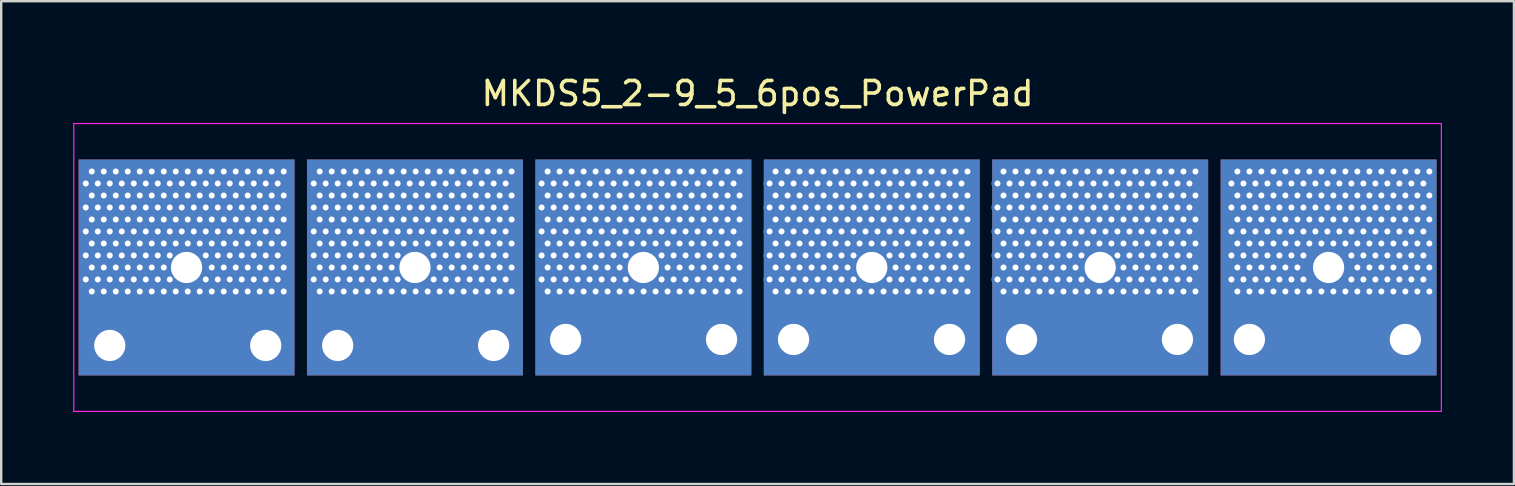
<source format=kicad_pcb>
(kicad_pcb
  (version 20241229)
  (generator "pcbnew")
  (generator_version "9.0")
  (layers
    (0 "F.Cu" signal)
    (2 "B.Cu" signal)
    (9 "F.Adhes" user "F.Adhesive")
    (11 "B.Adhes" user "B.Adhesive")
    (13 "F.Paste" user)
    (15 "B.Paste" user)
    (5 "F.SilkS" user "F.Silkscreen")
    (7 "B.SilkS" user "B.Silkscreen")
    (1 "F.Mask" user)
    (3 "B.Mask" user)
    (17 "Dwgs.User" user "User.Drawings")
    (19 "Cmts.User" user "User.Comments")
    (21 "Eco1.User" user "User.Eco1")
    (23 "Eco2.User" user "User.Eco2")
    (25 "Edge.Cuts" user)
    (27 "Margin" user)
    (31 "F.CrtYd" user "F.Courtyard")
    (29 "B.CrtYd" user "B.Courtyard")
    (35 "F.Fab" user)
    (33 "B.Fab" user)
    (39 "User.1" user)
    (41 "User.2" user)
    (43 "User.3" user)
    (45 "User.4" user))
  (footprint "MKDS5_2-9_5_6pos_PowerPad"
    (layer "F.Cu")
    (at 28.525 8.098)
    (property "Reference" "MKDS5_2-9_5_6pos_PowerPad" (at 0 -7.25 0) (layer "F.SilkS") (effects (font (size 1 1) (thickness 0.15))))
    (attr through_hole)
    (fp_line (start -28.5 -6) (end 28.5 -6) (stroke (width 0.05) (type solid)) (layer "F.CrtYd"))
    (fp_line (start -28.5 6) (end -28.5 -6) (stroke (width 0.05) (type solid)) (layer "F.CrtYd"))
    (fp_line (start 28.5 -6) (end 28.5 6) (stroke (width 0.05) (type solid)) (layer "F.CrtYd"))
    (fp_line (start 28.5 6) (end -28.5 6) (stroke (width 0.05) (type solid)) (layer "F.CrtYd"))
    (pad "1" thru_hole circle (at -28 -3.5) (size 0.5 0.5) (drill 0.25) (layers "*.Cu"))
    (pad "1" thru_hole circle (at -28 -2.5) (size 0.5 0.5) (drill 0.25) (layers "*.Cu"))
    (pad "1" thru_hole circle (at -28 -1.5) (size 0.5 0.5) (drill 0.25) (layers "*.Cu"))
    (pad "1" thru_hole circle (at -28 -0.5) (size 0.5 0.5) (drill 0.25) (layers "*.Cu"))
    (pad "1" thru_hole circle (at -28 0.5) (size 0.5 0.5) (drill 0.25) (layers "*.Cu"))
    (pad "1" thru_hole circle (at -27.75 -4) (size 0.5 0.5) (drill 0.25) (layers "*.Cu"))
    (pad "1" thru_hole circle (at -27.75 -3) (size 0.5 0.5) (drill 0.25) (layers "*.Cu"))
    (pad "1" thru_hole circle (at -27.75 -2) (size 0.5 0.5) (drill 0.25) (layers "*.Cu"))
    (pad "1" thru_hole circle (at -27.75 -1) (size 0.5 0.5) (drill 0.25) (layers "*.Cu"))
    (pad "1" thru_hole circle (at -27.75 0) (size 0.5 0.5) (drill 0.25) (layers "*.Cu"))
    (pad "1" thru_hole circle (at -27.75 1) (size 0.5 0.5) (drill 0.25) (layers "*.Cu"))
    (pad "1" thru_hole circle (at -27.5 -3.5) (size 0.5 0.5) (drill 0.25) (layers "*.Cu"))
    (pad "1" thru_hole circle (at -27.5 -2.5) (size 0.5 0.5) (drill 0.25) (layers "*.Cu"))
    (pad "1" thru_hole circle (at -27.5 -1.5) (size 0.5 0.5) (drill 0.25) (layers "*.Cu"))
    (pad "1" thru_hole circle (at -27.5 -0.5) (size 0.5 0.5) (drill 0.25) (layers "*.Cu"))
    (pad "1" thru_hole circle (at -27.5 0.5) (size 0.5 0.5) (drill 0.25) (layers "*.Cu"))
    (pad "1" thru_hole circle (at -27.25 -4) (size 0.5 0.5) (drill 0.25) (layers "*.Cu"))
    (pad "1" thru_hole circle (at -27.25 -3) (size 0.5 0.5) (drill 0.25) (layers "*.Cu"))
    (pad "1" thru_hole circle (at -27.25 -2) (size 0.5 0.5) (drill 0.25) (layers "*.Cu"))
    (pad "1" thru_hole circle (at -27.25 -1) (size 0.5 0.5) (drill 0.25) (layers "*.Cu"))
    (pad "1" thru_hole circle (at -27.25 0) (size 0.5 0.5) (drill 0.25) (layers "*.Cu"))
    (pad "1" thru_hole circle (at -27.25 1) (size 0.5 0.5) (drill 0.25) (layers "*.Cu"))
    (pad "1" thru_hole circle (at -27 -3.5) (size 0.5 0.5) (drill 0.25) (layers "*.Cu"))
    (pad "1" thru_hole circle (at -27 -2.5) (size 0.5 0.5) (drill 0.25) (layers "*.Cu"))
    (pad "1" thru_hole circle (at -27 -1.5) (size 0.5 0.5) (drill 0.25) (layers "*.Cu"))
    (pad "1" thru_hole circle (at -27 -0.5) (size 0.5 0.5) (drill 0.25) (layers "*.Cu"))
    (pad "1" thru_hole circle (at -27 0.5) (size 0.5 0.5) (drill 0.25) (layers "*.Cu"))
    (pad "1" thru_hole circle (at -27 3.25) (size 2.3 2.3) (drill 1.3) (layers "*.Cu"))
    (pad "1" thru_hole circle (at -26.75 -4) (size 0.5 0.5) (drill 0.25) (layers "*.Cu"))
    (pad "1" thru_hole circle (at -26.75 -3) (size 0.5 0.5) (drill 0.25) (layers "*.Cu"))
    (pad "1" thru_hole circle (at -26.75 -2) (size 0.5 0.5) (drill 0.25) (layers "*.Cu"))
    (pad "1" thru_hole circle (at -26.75 -1) (size 0.5 0.5) (drill 0.25) (layers "*.Cu"))
    (pad "1" thru_hole circle (at -26.75 0) (size 0.5 0.5) (drill 0.25) (layers "*.Cu"))
    (pad "1" thru_hole circle (at -26.75 1) (size 0.5 0.5) (drill 0.25) (layers "*.Cu"))
    (pad "1" thru_hole circle (at -26.5 -3.5) (size 0.5 0.5) (drill 0.25) (layers "*.Cu"))
    (pad "1" thru_hole circle (at -26.5 -2.5) (size 0.5 0.5) (drill 0.25) (layers "*.Cu"))
    (pad "1" thru_hole circle (at -26.5 -1.5) (size 0.5 0.5) (drill 0.25) (layers "*.Cu"))
    (pad "1" thru_hole circle (at -26.5 -0.5) (size 0.5 0.5) (drill 0.25) (layers "*.Cu"))
    (pad "1" thru_hole circle (at -26.5 0.5) (size 0.5 0.5) (drill 0.25) (layers "*.Cu"))
    (pad "1" thru_hole circle (at -26.25 -4) (size 0.5 0.5) (drill 0.25) (layers "*.Cu"))
    (pad "1" thru_hole circle (at -26.25 -3) (size 0.5 0.5) (drill 0.25) (layers "*.Cu"))
    (pad "1" thru_hole circle (at -26.25 -2) (size 0.5 0.5) (drill 0.25) (layers "*.Cu"))
    (pad "1" thru_hole circle (at -26.25 -1) (size 0.5 0.5) (drill 0.25) (layers "*.Cu"))
    (pad "1" thru_hole circle (at -26.25 0) (size 0.5 0.5) (drill 0.25) (layers "*.Cu"))
    (pad "1" thru_hole circle (at -26.25 1) (size 0.5 0.5) (drill 0.25) (layers "*.Cu"))
    (pad "1" thru_hole circle (at -26 -3.5) (size 0.5 0.5) (drill 0.25) (layers "*.Cu"))
    (pad "1" thru_hole circle (at -26 -2.5) (size 0.5 0.5) (drill 0.25) (layers "*.Cu"))
    (pad "1" thru_hole circle (at -26 -1.5) (size 0.5 0.5) (drill 0.25) (layers "*.Cu"))
    (pad "1" thru_hole circle (at -26 -0.5) (size 0.5 0.5) (drill 0.25) (layers "*.Cu"))
    (pad "1" thru_hole circle (at -26 0.5) (size 0.5 0.5) (drill 0.25) (layers "*.Cu"))
    (pad "1" thru_hole circle (at -25.75 -4) (size 0.5 0.5) (drill 0.25) (layers "*.Cu"))
    (pad "1" thru_hole circle (at -25.75 -3) (size 0.5 0.5) (drill 0.25) (layers "*.Cu"))
    (pad "1" thru_hole circle (at -25.75 -2) (size 0.5 0.5) (drill 0.25) (layers "*.Cu"))
    (pad "1" thru_hole circle (at -25.75 -1) (size 0.5 0.5) (drill 0.25) (layers "*.Cu"))
    (pad "1" thru_hole circle (at -25.75 0) (size 0.5 0.5) (drill 0.25) (layers "*.Cu"))
    (pad "1" thru_hole circle (at -25.75 1) (size 0.5 0.5) (drill 0.25) (layers "*.Cu"))
    (pad "1" thru_hole circle (at -25.5 -3.5) (size 0.5 0.5) (drill 0.25) (layers "*.Cu"))
    (pad "1" thru_hole circle (at -25.5 -2.5) (size 0.5 0.5) (drill 0.25) (layers "*.Cu"))
    (pad "1" thru_hole circle (at -25.5 -1.5) (size 0.5 0.5) (drill 0.25) (layers "*.Cu"))
    (pad "1" thru_hole circle (at -25.5 -0.5) (size 0.5 0.5) (drill 0.25) (layers "*.Cu"))
    (pad "1" thru_hole circle (at -25.5 0.5) (size 0.5 0.5) (drill 0.25) (layers "*.Cu"))
    (pad "1" thru_hole circle (at -25.25 -4) (size 0.5 0.5) (drill 0.25) (layers "*.Cu"))
    (pad "1" thru_hole circle (at -25.25 -3) (size 0.5 0.5) (drill 0.25) (layers "*.Cu"))
    (pad "1" thru_hole circle (at -25.25 -2) (size 0.5 0.5) (drill 0.25) (layers "*.Cu"))
    (pad "1" thru_hole circle (at -25.25 -1) (size 0.5 0.5) (drill 0.25) (layers "*.Cu"))
    (pad "1" thru_hole circle (at -25.25 0) (size 0.5 0.5) (drill 0.25) (layers "*.Cu"))
    (pad "1" thru_hole circle (at -25.25 1) (size 0.5 0.5) (drill 0.25) (layers "*.Cu"))
    (pad "1" thru_hole circle (at -25 -3.5) (size 0.5 0.5) (drill 0.25) (layers "*.Cu"))
    (pad "1" thru_hole circle (at -25 -2.5) (size 0.5 0.5) (drill 0.25) (layers "*.Cu"))
    (pad "1" thru_hole circle (at -25 -1.5) (size 0.5 0.5) (drill 0.25) (layers "*.Cu"))
    (pad "1" thru_hole circle (at -25 -0.5) (size 0.5 0.5) (drill 0.25) (layers "*.Cu"))
    (pad "1" thru_hole circle (at -25 0.5) (size 0.5 0.5) (drill 0.25) (layers "*.Cu"))
    (pad "1" thru_hole circle (at -24.75 -4) (size 0.5 0.5) (drill 0.25) (layers "*.Cu"))
    (pad "1" thru_hole circle (at -24.75 -3) (size 0.5 0.5) (drill 0.25) (layers "*.Cu"))
    (pad "1" thru_hole circle (at -24.75 -2) (size 0.5 0.5) (drill 0.25) (layers "*.Cu"))
    (pad "1" thru_hole circle (at -24.75 -1) (size 0.5 0.5) (drill 0.25) (layers "*.Cu"))
    (pad "1" thru_hole circle (at -24.75 0) (size 0.5 0.5) (drill 0.25) (layers "*.Cu"))
    (pad "1" thru_hole circle (at -24.75 1) (size 0.5 0.5) (drill 0.25) (layers "*.Cu"))
    (pad "1" thru_hole circle (at -24.5 -3.5) (size 0.5 0.5) (drill 0.25) (layers "*.Cu"))
    (pad "1" thru_hole circle (at -24.5 -2.5) (size 0.5 0.5) (drill 0.25) (layers "*.Cu"))
    (pad "1" thru_hole circle (at -24.5 -1.5) (size 0.5 0.5) (drill 0.25) (layers "*.Cu"))
    (pad "1" thru_hole circle (at -24.5 -0.5) (size 0.5 0.5) (drill 0.25) (layers "*.Cu"))
    (pad "1" thru_hole circle (at -24.5 0.5) (size 0.5 0.5) (drill 0.25) (layers "*.Cu"))
    (pad "1" thru_hole circle (at -24.25 -4) (size 0.5 0.5) (drill 0.25) (layers "*.Cu"))
    (pad "1" thru_hole circle (at -24.25 -3) (size 0.5 0.5) (drill 0.25) (layers "*.Cu"))
    (pad "1" thru_hole circle (at -24.25 -2) (size 0.5 0.5) (drill 0.25) (layers "*.Cu"))
    (pad "1" thru_hole circle (at -24.25 -1) (size 0.5 0.5) (drill 0.25) (layers "*.Cu"))
    (pad "1" thru_hole circle (at -24.25 1) (size 0.5 0.5) (drill 0.25) (layers "*.Cu"))
    (pad "1" thru_hole circle (at -24 -3.5) (size 0.5 0.5) (drill 0.25) (layers "*.Cu"))
    (pad "1" thru_hole circle (at -24 -2.5) (size 0.5 0.5) (drill 0.25) (layers "*.Cu"))
    (pad "1" thru_hole circle (at -24 -1.5) (size 0.5 0.5) (drill 0.25) (layers "*.Cu"))
    (pad "1" thru_hole circle (at -23.8 0) (size 2.3 2.3) (drill 1.3) (layers "*.Cu" "*.Mask"))
    (pad "1" smd rect (at -23.8 0) (size 9 9) (layers "F.Cu" "F.Mask"))
    (pad "1" smd rect (at -23.8 0) (size 9 9) (layers "B.Cu" "B.Mask"))
    (pad "1" thru_hole circle (at -23.75 -4) (size 0.5 0.5) (drill 0.25) (layers "*.Cu"))
    (pad "1" thru_hole circle (at -23.75 -3) (size 0.5 0.5) (drill 0.25) (layers "*.Cu"))
    (pad "1" thru_hole circle (at -23.75 -2) (size 0.5 0.5) (drill 0.25) (layers "*.Cu"))
    (pad "1" thru_hole circle (at -23.75 -1) (size 0.5 0.5) (drill 0.25) (layers "*.Cu"))
    (pad "1" thru_hole circle (at -23.75 1) (size 0.5 0.5) (drill 0.25) (layers "*.Cu"))
    (pad "1" thru_hole circle (at -23.5 -3.5) (size 0.5 0.5) (drill 0.25) (layers "*.Cu"))
    (pad "1" thru_hole circle (at -23.5 -2.5) (size 0.5 0.5) (drill 0.25) (layers "*.Cu"))
    (pad "1" thru_hole circle (at -23.5 -1.5) (size 0.5 0.5) (drill 0.25) (layers "*.Cu"))
    (pad "1" thru_hole circle (at -23.25 -4) (size 0.5 0.5) (drill 0.25) (layers "*.Cu"))
    (pad "1" thru_hole circle (at -23.25 -3) (size 0.5 0.5) (drill 0.25) (layers "*.Cu"))
    (pad "1" thru_hole circle (at -23.25 -2) (size 0.5 0.5) (drill 0.25) (layers "*.Cu"))
    (pad "1" thru_hole circle (at -23.25 -1) (size 0.5 0.5) (drill 0.25) (layers "*.Cu"))
    (pad "1" thru_hole circle (at -23.25 1) (size 0.5 0.5) (drill 0.25) (layers "*.Cu"))
    (pad "1" thru_hole circle (at -23 -3.5) (size 0.5 0.5) (drill 0.25) (layers "*.Cu"))
    (pad "1" thru_hole circle (at -23 -2.5) (size 0.5 0.5) (drill 0.25) (layers "*.Cu"))
    (pad "1" thru_hole circle (at -23 -1.5) (size 0.5 0.5) (drill 0.25) (layers "*.Cu"))
    (pad "1" thru_hole circle (at -23 -0.5) (size 0.5 0.5) (drill 0.25) (layers "*.Cu"))
    (pad "1" thru_hole circle (at -23 0.5) (size 0.5 0.5) (drill 0.25) (layers "*.Cu"))
    (pad "1" thru_hole circle (at -22.75 -4) (size 0.5 0.5) (drill 0.25) (layers "*.Cu"))
    (pad "1" thru_hole circle (at -22.75 -3) (size 0.5 0.5) (drill 0.25) (layers "*.Cu"))
    (pad "1" thru_hole circle (at -22.75 -2) (size 0.5 0.5) (drill 0.25) (layers "*.Cu"))
    (pad "1" thru_hole circle (at -22.75 -1) (size 0.5 0.5) (drill 0.25) (layers "*.Cu"))
    (pad "1" thru_hole circle (at -22.75 0) (size 0.5 0.5) (drill 0.25) (layers "*.Cu"))
    (pad "1" thru_hole circle (at -22.75 1) (size 0.5 0.5) (drill 0.25) (layers "*.Cu"))
    (pad "1" thru_hole circle (at -22.5 -3.5) (size 0.5 0.5) (drill 0.25) (layers "*.Cu"))
    (pad "1" thru_hole circle (at -22.5 -2.5) (size 0.5 0.5) (drill 0.25) (layers "*.Cu"))
    (pad "1" thru_hole circle (at -22.5 -1.5) (size 0.5 0.5) (drill 0.25) (layers "*.Cu"))
    (pad "1" thru_hole circle (at -22.5 -0.5) (size 0.5 0.5) (drill 0.25) (layers "*.Cu"))
    (pad "1" thru_hole circle (at -22.5 0.5) (size 0.5 0.5) (drill 0.25) (layers "*.Cu"))
    (pad "1" thru_hole circle (at -22.25 -4) (size 0.5 0.5) (drill 0.25) (layers "*.Cu"))
    (pad "1" thru_hole circle (at -22.25 -3) (size 0.5 0.5) (drill 0.25) (layers "*.Cu"))
    (pad "1" thru_hole circle (at -22.25 -2) (size 0.5 0.5) (drill 0.25) (layers "*.Cu"))
    (pad "1" thru_hole circle (at -22.25 -1) (size 0.5 0.5) (drill 0.25) (layers "*.Cu"))
    (pad "1" thru_hole circle (at -22.25 0) (size 0.5 0.5) (drill 0.25) (layers "*.Cu"))
    (pad "1" thru_hole circle (at -22.25 1) (size 0.5 0.5) (drill 0.25) (layers "*.Cu"))
    (pad "1" thru_hole circle (at -22 -3.5) (size 0.5 0.5) (drill 0.25) (layers "*.Cu"))
    (pad "1" thru_hole circle (at -22 -2.5) (size 0.5 0.5) (drill 0.25) (layers "*.Cu"))
    (pad "1" thru_hole circle (at -22 -1.5) (size 0.5 0.5) (drill 0.25) (layers "*.Cu"))
    (pad "1" thru_hole circle (at -22 -0.5) (size 0.5 0.5) (drill 0.25) (layers "*.Cu"))
    (pad "1" thru_hole circle (at -22 0.5) (size 0.5 0.5) (drill 0.25) (layers "*.Cu"))
    (pad "1" thru_hole circle (at -21.75 -4) (size 0.5 0.5) (drill 0.25) (layers "*.Cu"))
    (pad "1" thru_hole circle (at -21.75 -3) (size 0.5 0.5) (drill 0.25) (layers "*.Cu"))
    (pad "1" thru_hole circle (at -21.75 -2) (size 0.5 0.5) (drill 0.25) (layers "*.Cu"))
    (pad "1" thru_hole circle (at -21.75 -1) (size 0.5 0.5) (drill 0.25) (layers "*.Cu"))
    (pad "1" thru_hole circle (at -21.75 0) (size 0.5 0.5) (drill 0.25) (layers "*.Cu"))
    (pad "1" thru_hole circle (at -21.75 1) (size 0.5 0.5) (drill 0.25) (layers "*.Cu"))
    (pad "1" thru_hole circle (at -21.5 -3.5) (size 0.5 0.5) (drill 0.25) (layers "*.Cu"))
    (pad "1" thru_hole circle (at -21.5 -2.5) (size 0.5 0.5) (drill 0.25) (layers "*.Cu"))
    (pad "1" thru_hole circle (at -21.5 -1.5) (size 0.5 0.5) (drill 0.25) (layers "*.Cu"))
    (pad "1" thru_hole circle (at -21.5 -0.5) (size 0.5 0.5) (drill 0.25) (layers "*.Cu"))
    (pad "1" thru_hole circle (at -21.5 0.5) (size 0.5 0.5) (drill 0.25) (layers "*.Cu"))
    (pad "1" thru_hole circle (at -21.25 -4) (size 0.5 0.5) (drill 0.25) (layers "*.Cu"))
    (pad "1" thru_hole circle (at -21.25 -3) (size 0.5 0.5) (drill 0.25) (layers "*.Cu"))
    (pad "1" thru_hole circle (at -21.25 -2) (size 0.5 0.5) (drill 0.25) (layers "*.Cu"))
    (pad "1" thru_hole circle (at -21.25 -1) (size 0.5 0.5) (drill 0.25) (layers "*.Cu"))
    (pad "1" thru_hole circle (at -21.25 0) (size 0.5 0.5) (drill 0.25) (layers "*.Cu"))
    (pad "1" thru_hole circle (at -21.25 1) (size 0.5 0.5) (drill 0.25) (layers "*.Cu"))
    (pad "1" thru_hole circle (at -21 -3.5) (size 0.5 0.5) (drill 0.25) (layers "*.Cu"))
    (pad "1" thru_hole circle (at -21 -2.5) (size 0.5 0.5) (drill 0.25) (layers "*.Cu"))
    (pad "1" thru_hole circle (at -21 -1.5) (size 0.5 0.5) (drill 0.25) (layers "*.Cu"))
    (pad "1" thru_hole circle (at -21 -0.5) (size 0.5 0.5) (drill 0.25) (layers "*.Cu"))
    (pad "1" thru_hole circle (at -21 0.5) (size 0.5 0.5) (drill 0.25) (layers "*.Cu"))
    (pad "1" thru_hole circle (at -20.75 -4) (size 0.5 0.5) (drill 0.25) (layers "*.Cu"))
    (pad "1" thru_hole circle (at -20.75 -3) (size 0.5 0.5) (drill 0.25) (layers "*.Cu"))
    (pad "1" thru_hole circle (at -20.75 -2) (size 0.5 0.5) (drill 0.25) (layers "*.Cu"))
    (pad "1" thru_hole circle (at -20.75 -1) (size 0.5 0.5) (drill 0.25) (layers "*.Cu"))
    (pad "1" thru_hole circle (at -20.75 0) (size 0.5 0.5) (drill 0.25) (layers "*.Cu"))
    (pad "1" thru_hole circle (at -20.75 1) (size 0.5 0.5) (drill 0.25) (layers "*.Cu"))
    (pad "1" thru_hole circle (at -20.5 -3.5) (size 0.5 0.5) (drill 0.25) (layers "*.Cu"))
    (pad "1" thru_hole circle (at -20.5 -2.5) (size 0.5 0.5) (drill 0.25) (layers "*.Cu"))
    (pad "1" thru_hole circle (at -20.5 -1.5) (size 0.5 0.5) (drill 0.25) (layers "*.Cu"))
    (pad "1" thru_hole circle (at -20.5 -0.5) (size 0.5 0.5) (drill 0.25) (layers "*.Cu"))
    (pad "1" thru_hole circle (at -20.5 0.5) (size 0.5 0.5) (drill 0.25) (layers "*.Cu"))
    (pad "1" thru_hole circle (at -20.5 3.25) (size 2.3 2.3) (drill 1.3) (layers "*.Cu"))
    (pad "1" thru_hole circle (at -20.25 -4) (size 0.5 0.5) (drill 0.25) (layers "*.Cu"))
    (pad "1" thru_hole circle (at -20.25 -3) (size 0.5 0.5) (drill 0.25) (layers "*.Cu"))
    (pad "1" thru_hole circle (at -20.25 -2) (size 0.5 0.5) (drill 0.25) (layers "*.Cu"))
    (pad "1" thru_hole circle (at -20.25 -1) (size 0.5 0.5) (drill 0.25) (layers "*.Cu"))
    (pad "1" thru_hole circle (at -20.25 0) (size 0.5 0.5) (drill 0.25) (layers "*.Cu"))
    (pad "1" thru_hole circle (at -20.25 1) (size 0.5 0.5) (drill 0.25) (layers "*.Cu"))
    (pad "1" thru_hole circle (at -20 -3.5) (size 0.5 0.5) (drill 0.25) (layers "*.Cu"))
    (pad "1" thru_hole circle (at -20 -2.5) (size 0.5 0.5) (drill 0.25) (layers "*.Cu"))
    (pad "1" thru_hole circle (at -20 -1.5) (size 0.5 0.5) (drill 0.25) (layers "*.Cu"))
    (pad "1" thru_hole circle (at -20 -0.5) (size 0.5 0.5) (drill 0.25) (layers "*.Cu"))
    (pad "1" thru_hole circle (at -20 0.5) (size 0.5 0.5) (drill 0.25) (layers "*.Cu"))
    (pad "1" thru_hole circle (at -19.75 -4) (size 0.5 0.5) (drill 0.25) (layers "*.Cu"))
    (pad "1" thru_hole circle (at -19.75 -3) (size 0.5 0.5) (drill 0.25) (layers "*.Cu"))
    (pad "1" thru_hole circle (at -19.75 -2) (size 0.5 0.5) (drill 0.25) (layers "*.Cu"))
    (pad "1" thru_hole circle (at -19.75 -1) (size 0.5 0.5) (drill 0.25) (layers "*.Cu"))
    (pad "1" thru_hole circle (at -19.75 0) (size 0.5 0.5) (drill 0.25) (layers "*.Cu"))
    (pad "1" thru_hole circle (at -19.75 1) (size 0.5 0.5) (drill 0.25) (layers "*.Cu"))
    (pad "2" thru_hole circle (at -18.5 -3.5) (size 0.5 0.5) (drill 0.25) (layers "*.Cu"))
    (pad "2" thru_hole circle (at -18.5 -2.5) (size 0.5 0.5) (drill 0.25) (layers "*.Cu"))
    (pad "2" thru_hole circle (at -18.5 -1.5) (size 0.5 0.5) (drill 0.25) (layers "*.Cu"))
    (pad "2" thru_hole circle (at -18.5 -0.5) (size 0.5 0.5) (drill 0.25) (layers "*.Cu"))
    (pad "2" thru_hole circle (at -18.5 0.5) (size 0.5 0.5) (drill 0.25) (layers "*.Cu"))
    (pad "2" thru_hole circle (at -18.25 -4) (size 0.5 0.5) (drill 0.25) (layers "*.Cu"))
    (pad "2" thru_hole circle (at -18.25 -3) (size 0.5 0.5) (drill 0.25) (layers "*.Cu"))
    (pad "2" thru_hole circle (at -18.25 -2) (size 0.5 0.5) (drill 0.25) (layers "*.Cu"))
    (pad "2" thru_hole circle (at -18.25 -1) (size 0.5 0.5) (drill 0.25) (layers "*.Cu"))
    (pad "2" thru_hole circle (at -18.25 0) (size 0.5 0.5) (drill 0.25) (layers "*.Cu"))
    (pad "2" thru_hole circle (at -18.25 1) (size 0.5 0.5) (drill 0.25) (layers "*.Cu"))
    (pad "2" thru_hole circle (at -18 -3.5) (size 0.5 0.5) (drill 0.25) (layers "*.Cu"))
    (pad "2" thru_hole circle (at -18 -2.5) (size 0.5 0.5) (drill 0.25) (layers "*.Cu"))
    (pad "2" thru_hole circle (at -18 -1.5) (size 0.5 0.5) (drill 0.25) (layers "*.Cu"))
    (pad "2" thru_hole circle (at -18 -0.5) (size 0.5 0.5) (drill 0.25) (layers "*.Cu"))
    (pad "2" thru_hole circle (at -18 0.5) (size 0.5 0.5) (drill 0.25) (layers "*.Cu"))
    (pad "2" thru_hole circle (at -17.75 -4) (size 0.5 0.5) (drill 0.25) (layers "*.Cu"))
    (pad "2" thru_hole circle (at -17.75 -3) (size 0.5 0.5) (drill 0.25) (layers "*.Cu"))
    (pad "2" thru_hole circle (at -17.75 -2) (size 0.5 0.5) (drill 0.25) (layers "*.Cu"))
    (pad "2" thru_hole circle (at -17.75 -1) (size 0.5 0.5) (drill 0.25) (layers "*.Cu"))
    (pad "2" thru_hole circle (at -17.75 0) (size 0.5 0.5) (drill 0.25) (layers "*.Cu"))
    (pad "2" thru_hole circle (at -17.75 1) (size 0.5 0.5) (drill 0.25) (layers "*.Cu"))
    (pad "2" thru_hole circle (at -17.5 -3.5) (size 0.5 0.5) (drill 0.25) (layers "*.Cu"))
    (pad "2" thru_hole circle (at -17.5 -2.5) (size 0.5 0.5) (drill 0.25) (layers "*.Cu"))
    (pad "2" thru_hole circle (at -17.5 -1.5) (size 0.5 0.5) (drill 0.25) (layers "*.Cu"))
    (pad "2" thru_hole circle (at -17.5 -0.5) (size 0.5 0.5) (drill 0.25) (layers "*.Cu"))
    (pad "2" thru_hole circle (at -17.5 0.5) (size 0.5 0.5) (drill 0.25) (layers "*.Cu"))
    (pad "2" thru_hole circle (at -17.5 3.25) (size 2.3 2.3) (drill 1.3) (layers "*.Cu"))
    (pad "2" thru_hole circle (at -17.25 -4) (size 0.5 0.5) (drill 0.25) (layers "*.Cu"))
    (pad "2" thru_hole circle (at -17.25 -3) (size 0.5 0.5) (drill 0.25) (layers "*.Cu"))
    (pad "2" thru_hole circle (at -17.25 -2) (size 0.5 0.5) (drill 0.25) (layers "*.Cu"))
    (pad "2" thru_hole circle (at -17.25 -1) (size 0.5 0.5) (drill 0.25) (layers "*.Cu"))
    (pad "2" thru_hole circle (at -17.25 0) (size 0.5 0.5) (drill 0.25) (layers "*.Cu"))
    (pad "2" thru_hole circle (at -17.25 1) (size 0.5 0.5) (drill 0.25) (layers "*.Cu"))
    (pad "2" thru_hole circle (at -17 -3.5) (size 0.5 0.5) (drill 0.25) (layers "*.Cu"))
    (pad "2" thru_hole circle (at -17 -2.5) (size 0.5 0.5) (drill 0.25) (layers "*.Cu"))
    (pad "2" thru_hole circle (at -17 -1.5) (size 0.5 0.5) (drill 0.25) (layers "*.Cu"))
    (pad "2" thru_hole circle (at -17 -0.5) (size 0.5 0.5) (drill 0.25) (layers "*.Cu"))
    (pad "2" thru_hole circle (at -17 0.5) (size 0.5 0.5) (drill 0.25) (layers "*.Cu"))
    (pad "2" thru_hole circle (at -16.75 -4) (size 0.5 0.5) (drill 0.25) (layers "*.Cu"))
    (pad "2" thru_hole circle (at -16.75 -3) (size 0.5 0.5) (drill 0.25) (layers "*.Cu"))
    (pad "2" thru_hole circle (at -16.75 -2) (size 0.5 0.5) (drill 0.25) (layers "*.Cu"))
    (pad "2" thru_hole circle (at -16.75 -1) (size 0.5 0.5) (drill 0.25) (layers "*.Cu"))
    (pad "2" thru_hole circle (at -16.75 0) (size 0.5 0.5) (drill 0.25) (layers "*.Cu"))
    (pad "2" thru_hole circle (at -16.75 1) (size 0.5 0.5) (drill 0.25) (layers "*.Cu"))
    (pad "2" thru_hole circle (at -16.5 -3.5) (size 0.5 0.5) (drill 0.25) (layers "*.Cu"))
    (pad "2" thru_hole circle (at -16.5 -2.5) (size 0.5 0.5) (drill 0.25) (layers "*.Cu"))
    (pad "2" thru_hole circle (at -16.5 -1.5) (size 0.5 0.5) (drill 0.25) (layers "*.Cu"))
    (pad "2" thru_hole circle (at -16.5 -0.5) (size 0.5 0.5) (drill 0.25) (layers "*.Cu"))
    (pad "2" thru_hole circle (at -16.5 0.5) (size 0.5 0.5) (drill 0.25) (layers "*.Cu"))
    (pad "2" thru_hole circle (at -16.25 -4) (size 0.5 0.5) (drill 0.25) (layers "*.Cu"))
    (pad "2" thru_hole circle (at -16.25 -3) (size 0.5 0.5) (drill 0.25) (layers "*.Cu"))
    (pad "2" thru_hole circle (at -16.25 -2) (size 0.5 0.5) (drill 0.25) (layers "*.Cu"))
    (pad "2" thru_hole circle (at -16.25 -1) (size 0.5 0.5) (drill 0.25) (layers "*.Cu"))
    (pad "2" thru_hole circle (at -16.25 0) (size 0.5 0.5) (drill 0.25) (layers "*.Cu"))
    (pad "2" thru_hole circle (at -16.25 1) (size 0.5 0.5) (drill 0.25) (layers "*.Cu"))
    (pad "2" thru_hole circle (at -16 -3.5) (size 0.5 0.5) (drill 0.25) (layers "*.Cu"))
    (pad "2" thru_hole circle (at -16 -2.5) (size 0.5 0.5) (drill 0.25) (layers "*.Cu"))
    (pad "2" thru_hole circle (at -16 -1.5) (size 0.5 0.5) (drill 0.25) (layers "*.Cu"))
    (pad "2" thru_hole circle (at -16 -0.5) (size 0.5 0.5) (drill 0.25) (layers "*.Cu"))
    (pad "2" thru_hole circle (at -16 0.5) (size 0.5 0.5) (drill 0.25) (layers "*.Cu"))
    (pad "2" thru_hole circle (at -15.75 -4) (size 0.5 0.5) (drill 0.25) (layers "*.Cu"))
    (pad "2" thru_hole circle (at -15.75 -3) (size 0.5 0.5) (drill 0.25) (layers "*.Cu"))
    (pad "2" thru_hole circle (at -15.75 -2) (size 0.5 0.5) (drill 0.25) (layers "*.Cu"))
    (pad "2" thru_hole circle (at -15.75 -1) (size 0.5 0.5) (drill 0.25) (layers "*.Cu"))
    (pad "2" thru_hole circle (at -15.75 0) (size 0.5 0.5) (drill 0.25) (layers "*.Cu"))
    (pad "2" thru_hole circle (at -15.75 1) (size 0.5 0.5) (drill 0.25) (layers "*.Cu"))
    (pad "2" thru_hole circle (at -15.5 -3.5) (size 0.5 0.5) (drill 0.25) (layers "*.Cu"))
    (pad "2" thru_hole circle (at -15.5 -2.5) (size 0.5 0.5) (drill 0.25) (layers "*.Cu"))
    (pad "2" thru_hole circle (at -15.5 -1.5) (size 0.5 0.5) (drill 0.25) (layers "*.Cu"))
    (pad "2" thru_hole circle (at -15.5 -0.5) (size 0.5 0.5) (drill 0.25) (layers "*.Cu"))
    (pad "2" thru_hole circle (at -15.5 0.5) (size 0.5 0.5) (drill 0.25) (layers "*.Cu"))
    (pad "2" thru_hole circle (at -15.25 -4) (size 0.5 0.5) (drill 0.25) (layers "*.Cu"))
    (pad "2" thru_hole circle (at -15.25 -3) (size 0.5 0.5) (drill 0.25) (layers "*.Cu"))
    (pad "2" thru_hole circle (at -15.25 -2) (size 0.5 0.5) (drill 0.25) (layers "*.Cu"))
    (pad "2" thru_hole circle (at -15.25 -1) (size 0.5 0.5) (drill 0.25) (layers "*.Cu"))
    (pad "2" thru_hole circle (at -15.25 0) (size 0.5 0.5) (drill 0.25) (layers "*.Cu"))
    (pad "2" thru_hole circle (at -15.25 1) (size 0.5 0.5) (drill 0.25) (layers "*.Cu"))
    (pad "2" thru_hole circle (at -15 -3.5) (size 0.5 0.5) (drill 0.25) (layers "*.Cu"))
    (pad "2" thru_hole circle (at -15 -2.5) (size 0.5 0.5) (drill 0.25) (layers "*.Cu"))
    (pad "2" thru_hole circle (at -15 -1.5) (size 0.5 0.5) (drill 0.25) (layers "*.Cu"))
    (pad "2" thru_hole circle (at -15 -0.5) (size 0.5 0.5) (drill 0.25) (layers "*.Cu"))
    (pad "2" thru_hole circle (at -15 0.5) (size 0.5 0.5) (drill 0.25) (layers "*.Cu"))
    (pad "2" thru_hole circle (at -14.75 -4) (size 0.5 0.5) (drill 0.25) (layers "*.Cu"))
    (pad "2" thru_hole circle (at -14.75 -3) (size 0.5 0.5) (drill 0.25) (layers "*.Cu"))
    (pad "2" thru_hole circle (at -14.75 -2) (size 0.5 0.5) (drill 0.25) (layers "*.Cu"))
    (pad "2" thru_hole circle (at -14.75 -1) (size 0.5 0.5) (drill 0.25) (layers "*.Cu"))
    (pad "2" thru_hole circle (at -14.75 1) (size 0.5 0.5) (drill 0.25) (layers "*.Cu"))
    (pad "2" thru_hole circle (at -14.5 -3.5) (size 0.5 0.5) (drill 0.25) (layers "*.Cu"))
    (pad "2" thru_hole circle (at -14.5 -2.5) (size 0.5 0.5) (drill 0.25) (layers "*.Cu"))
    (pad "2" thru_hole circle (at -14.5 -1.5) (size 0.5 0.5) (drill 0.25) (layers "*.Cu"))
    (pad "2" thru_hole circle (at -14.28 0) (size 2.3 2.3) (drill 1.3) (layers "*.Cu"))
    (pad "2" smd rect (at -14.28 0) (size 9 9) (layers "F.Cu" "F.Mask"))
    (pad "2" smd rect (at -14.28 0) (size 9 9) (layers "B.Cu" "B.Mask"))
    (pad "2" thru_hole circle (at -14.25 -4) (size 0.5 0.5) (drill 0.25) (layers "*.Cu"))
    (pad "2" thru_hole circle (at -14.25 -3) (size 0.5 0.5) (drill 0.25) (layers "*.Cu"))
    (pad "2" thru_hole circle (at -14.25 -2) (size 0.5 0.5) (drill 0.25) (layers "*.Cu"))
    (pad "2" thru_hole circle (at -14.25 -1) (size 0.5 0.5) (drill 0.25) (layers "*.Cu"))
    (pad "2" thru_hole circle (at -14.25 1) (size 0.5 0.5) (drill 0.25) (layers "*.Cu"))
    (pad "2" thru_hole circle (at -14 -3.5) (size 0.5 0.5) (drill 0.25) (layers "*.Cu"))
    (pad "2" thru_hole circle (at -14 -2.5) (size 0.5 0.5) (drill 0.25) (layers "*.Cu"))
    (pad "2" thru_hole circle (at -14 -1.5) (size 0.5 0.5) (drill 0.25) (layers "*.Cu"))
    (pad "2" thru_hole circle (at -13.75 -4) (size 0.5 0.5) (drill 0.25) (layers "*.Cu"))
    (pad "2" thru_hole circle (at -13.75 -3) (size 0.5 0.5) (drill 0.25) (layers "*.Cu"))
    (pad "2" thru_hole circle (at -13.75 -2) (size 0.5 0.5) (drill 0.25) (layers "*.Cu"))
    (pad "2" thru_hole circle (at -13.75 -1) (size 0.5 0.5) (drill 0.25) (layers "*.Cu"))
    (pad "2" thru_hole circle (at -13.75 1) (size 0.5 0.5) (drill 0.25) (layers "*.Cu"))
    (pad "2" thru_hole circle (at -13.5 -3.5) (size 0.5 0.5) (drill 0.25) (layers "*.Cu"))
    (pad "2" thru_hole circle (at -13.5 -2.5) (size 0.5 0.5) (drill 0.25) (layers "*.Cu"))
    (pad "2" thru_hole circle (at -13.5 -1.5) (size 0.5 0.5) (drill 0.25) (layers "*.Cu"))
    (pad "2" thru_hole circle (at -13.5 -0.5) (size 0.5 0.5) (drill 0.25) (layers "*.Cu"))
    (pad "2" thru_hole circle (at -13.5 0.5) (size 0.5 0.5) (drill 0.25) (layers "*.Cu"))
    (pad "2" thru_hole circle (at -13.25 -4) (size 0.5 0.5) (drill 0.25) (layers "*.Cu"))
    (pad "2" thru_hole circle (at -13.25 -3) (size 0.5 0.5) (drill 0.25) (layers "*.Cu"))
    (pad "2" thru_hole circle (at -13.25 -2) (size 0.5 0.5) (drill 0.25) (layers "*.Cu"))
    (pad "2" thru_hole circle (at -13.25 -1) (size 0.5 0.5) (drill 0.25) (layers "*.Cu"))
    (pad "2" thru_hole circle (at -13.25 0) (size 0.5 0.5) (drill 0.25) (layers "*.Cu"))
    (pad "2" thru_hole circle (at -13.25 1) (size 0.5 0.5) (drill 0.25) (layers "*.Cu"))
    (pad "2" thru_hole circle (at -13 -3.5) (size 0.5 0.5) (drill 0.25) (layers "*.Cu"))
    (pad "2" thru_hole circle (at -13 -2.5) (size 0.5 0.5) (drill 0.25) (layers "*.Cu"))
    (pad "2" thru_hole circle (at -13 -1.5) (size 0.5 0.5) (drill 0.25) (layers "*.Cu"))
    (pad "2" thru_hole circle (at -13 -0.5) (size 0.5 0.5) (drill 0.25) (layers "*.Cu"))
    (pad "2" thru_hole circle (at -13 0.5) (size 0.5 0.5) (drill 0.25) (layers "*.Cu"))
    (pad "2" thru_hole circle (at -12.75 -4) (size 0.5 0.5) (drill 0.25) (layers "*.Cu"))
    (pad "2" thru_hole circle (at -12.75 -3) (size 0.5 0.5) (drill 0.25) (layers "*.Cu"))
    (pad "2" thru_hole circle (at -12.75 -2) (size 0.5 0.5) (drill 0.25) (layers "*.Cu"))
    (pad "2" thru_hole circle (at -12.75 -1) (size 0.5 0.5) (drill 0.25) (layers "*.Cu"))
    (pad "2" thru_hole circle (at -12.75 0) (size 0.5 0.5) (drill 0.25) (layers "*.Cu"))
    (pad "2" thru_hole circle (at -12.75 1) (size 0.5 0.5) (drill 0.25) (layers "*.Cu"))
    (pad "2" thru_hole circle (at -12.5 -3.5) (size 0.5 0.5) (drill 0.25) (layers "*.Cu"))
    (pad "2" thru_hole circle (at -12.5 -2.5) (size 0.5 0.5) (drill 0.25) (layers "*.Cu"))
    (pad "2" thru_hole circle (at -12.5 -1.5) (size 0.5 0.5) (drill 0.25) (layers "*.Cu"))
    (pad "2" thru_hole circle (at -12.5 -0.5) (size 0.5 0.5) (drill 0.25) (layers "*.Cu"))
    (pad "2" thru_hole circle (at -12.5 0.5) (size 0.5 0.5) (drill 0.25) (layers "*.Cu"))
    (pad "2" thru_hole circle (at -12.25 -4) (size 0.5 0.5) (drill 0.25) (layers "*.Cu"))
    (pad "2" thru_hole circle (at -12.25 -3) (size 0.5 0.5) (drill 0.25) (layers "*.Cu"))
    (pad "2" thru_hole circle (at -12.25 -2) (size 0.5 0.5) (drill 0.25) (layers "*.Cu"))
    (pad "2" thru_hole circle (at -12.25 -1) (size 0.5 0.5) (drill 0.25) (layers "*.Cu"))
    (pad "2" thru_hole circle (at -12.25 0) (size 0.5 0.5) (drill 0.25) (layers "*.Cu"))
    (pad "2" thru_hole circle (at -12.25 1) (size 0.5 0.5) (drill 0.25) (layers "*.Cu"))
    (pad "2" thru_hole circle (at -12 -3.5) (size 0.5 0.5) (drill 0.25) (layers "*.Cu"))
    (pad "2" thru_hole circle (at -12 -2.5) (size 0.5 0.5) (drill 0.25) (layers "*.Cu"))
    (pad "2" thru_hole circle (at -12 -1.5) (size 0.5 0.5) (drill 0.25) (layers "*.Cu"))
    (pad "2" thru_hole circle (at -12 -0.5) (size 0.5 0.5) (drill 0.25) (layers "*.Cu"))
    (pad "2" thru_hole circle (at -12 0.5) (size 0.5 0.5) (drill 0.25) (layers "*.Cu"))
    (pad "2" thru_hole circle (at -11.75 -4) (size 0.5 0.5) (drill 0.25) (layers "*.Cu"))
    (pad "2" thru_hole circle (at -11.75 -3) (size 0.5 0.5) (drill 0.25) (layers "*.Cu"))
    (pad "2" thru_hole circle (at -11.75 -2) (size 0.5 0.5) (drill 0.25) (layers "*.Cu"))
    (pad "2" thru_hole circle (at -11.75 -1) (size 0.5 0.5) (drill 0.25) (layers "*.Cu"))
    (pad "2" thru_hole circle (at -11.75 0) (size 0.5 0.5) (drill 0.25) (layers "*.Cu"))
    (pad "2" thru_hole circle (at -11.75 1) (size 0.5 0.5) (drill 0.25) (layers "*.Cu"))
    (pad "2" thru_hole circle (at -11.5 -3.5) (size 0.5 0.5) (drill 0.25) (layers "*.Cu"))
    (pad "2" thru_hole circle (at -11.5 -2.5) (size 0.5 0.5) (drill 0.25) (layers "*.Cu"))
    (pad "2" thru_hole circle (at -11.5 -1.5) (size 0.5 0.5) (drill 0.25) (layers "*.Cu"))
    (pad "2" thru_hole circle (at -11.5 -0.5) (size 0.5 0.5) (drill 0.25) (layers "*.Cu"))
    (pad "2" thru_hole circle (at -11.5 0.5) (size 0.5 0.5) (drill 0.25) (layers "*.Cu"))
    (pad "2" thru_hole circle (at -11.25 -4) (size 0.5 0.5) (drill 0.25) (layers "*.Cu"))
    (pad "2" thru_hole circle (at -11.25 -3) (size 0.5 0.5) (drill 0.25) (layers "*.Cu"))
    (pad "2" thru_hole circle (at -11.25 -2) (size 0.5 0.5) (drill 0.25) (layers "*.Cu"))
    (pad "2" thru_hole circle (at -11.25 -1) (size 0.5 0.5) (drill 0.25) (layers "*.Cu"))
    (pad "2" thru_hole circle (at -11.25 0) (size 0.5 0.5) (drill 0.25) (layers "*.Cu"))
    (pad "2" thru_hole circle (at -11.25 1) (size 0.5 0.5) (drill 0.25) (layers "*.Cu"))
    (pad "2" thru_hole circle (at -11 -3.5) (size 0.5 0.5) (drill 0.25) (layers "*.Cu"))
    (pad "2" thru_hole circle (at -11 -2.5) (size 0.5 0.5) (drill 0.25) (layers "*.Cu"))
    (pad "2" thru_hole circle (at -11 -1.5) (size 0.5 0.5) (drill 0.25) (layers "*.Cu"))
    (pad "2" thru_hole circle (at -11 -0.5) (size 0.5 0.5) (drill 0.25) (layers "*.Cu"))
    (pad "2" thru_hole circle (at -11 0.5) (size 0.5 0.5) (drill 0.25) (layers "*.Cu"))
    (pad "2" thru_hole circle (at -11 3.25) (size 2.3 2.3) (drill 1.3) (layers "*.Cu"))
    (pad "2" thru_hole circle (at -10.75 -4) (size 0.5 0.5) (drill 0.25) (layers "*.Cu"))
    (pad "2" thru_hole circle (at -10.75 -3) (size 0.5 0.5) (drill 0.25) (layers "*.Cu"))
    (pad "2" thru_hole circle (at -10.75 -2) (size 0.5 0.5) (drill 0.25) (layers "*.Cu"))
    (pad "2" thru_hole circle (at -10.75 -1) (size 0.5 0.5) (drill 0.25) (layers "*.Cu"))
    (pad "2" thru_hole circle (at -10.75 0) (size 0.5 0.5) (drill 0.25) (layers "*.Cu"))
    (pad "2" thru_hole circle (at -10.75 1) (size 0.5 0.5) (drill 0.25) (layers "*.Cu"))
    (pad "2" thru_hole circle (at -10.5 -3.5) (size 0.5 0.5) (drill 0.25) (layers "*.Cu"))
    (pad "2" thru_hole circle (at -10.5 -2.5) (size 0.5 0.5) (drill 0.25) (layers "*.Cu"))
    (pad "2" thru_hole circle (at -10.5 -1.5) (size 0.5 0.5) (drill 0.25) (layers "*.Cu"))
    (pad "2" thru_hole circle (at -10.5 -0.5) (size 0.5 0.5) (drill 0.25) (layers "*.Cu"))
    (pad "2" thru_hole circle (at -10.5 0.5) (size 0.5 0.5) (drill 0.25) (layers "*.Cu"))
    (pad "2" thru_hole circle (at -10.25 -4) (size 0.5 0.5) (drill 0.25) (layers "*.Cu"))
    (pad "2" thru_hole circle (at -10.25 -3) (size 0.5 0.5) (drill 0.25) (layers "*.Cu"))
    (pad "2" thru_hole circle (at -10.25 -2) (size 0.5 0.5) (drill 0.25) (layers "*.Cu"))
    (pad "2" thru_hole circle (at -10.25 -1) (size 0.5 0.5) (drill 0.25) (layers "*.Cu"))
    (pad "2" thru_hole circle (at -10.25 0) (size 0.5 0.5) (drill 0.25) (layers "*.Cu"))
    (pad "2" thru_hole circle (at -10.25 1) (size 0.5 0.5) (drill 0.25) (layers "*.Cu"))
    (pad "3" thru_hole circle (at -9 -3.5) (size 0.5 0.5) (drill 0.25) (layers "*.Cu"))
    (pad "3" thru_hole circle (at -9 -2.5) (size 0.5 0.5) (drill 0.25) (layers "*.Cu"))
    (pad "3" thru_hole circle (at -9 -1.5) (size 0.5 0.5) (drill 0.25) (layers "*.Cu"))
    (pad "3" thru_hole circle (at -9 -0.5) (size 0.5 0.5) (drill 0.25) (layers "*.Cu"))
    (pad "3" thru_hole circle (at -9 0.5) (size 0.5 0.5) (drill 0.25) (layers "*.Cu"))
    (pad "3" thru_hole circle (at -8.75 -4) (size 0.5 0.5) (drill 0.25) (layers "*.Cu"))
    (pad "3" thru_hole circle (at -8.75 -3) (size 0.5 0.5) (drill 0.25) (layers "*.Cu"))
    (pad "3" thru_hole circle (at -8.75 -2) (size 0.5 0.5) (drill 0.25) (layers "*.Cu"))
    (pad "3" thru_hole circle (at -8.75 -1) (size 0.5 0.5) (drill 0.25) (layers "*.Cu"))
    (pad "3" thru_hole circle (at -8.75 0) (size 0.5 0.5) (drill 0.25) (layers "*.Cu"))
    (pad "3" thru_hole circle (at -8.75 1) (size 0.5 0.5) (drill 0.25) (layers "*.Cu"))
    (pad "3" thru_hole circle (at -8.5 -3.5) (size 0.5 0.5) (drill 0.25) (layers "*.Cu"))
    (pad "3" thru_hole circle (at -8.5 -2.5) (size 0.5 0.5) (drill 0.25) (layers "*.Cu"))
    (pad "3" thru_hole circle (at -8.5 -1.5) (size 0.5 0.5) (drill 0.25) (layers "*.Cu"))
    (pad "3" thru_hole circle (at -8.5 -0.5) (size 0.5 0.5) (drill 0.25) (layers "*.Cu"))
    (pad "3" thru_hole circle (at -8.5 0.5) (size 0.5 0.5) (drill 0.25) (layers "*.Cu"))
    (pad "3" thru_hole circle (at -8.25 -4) (size 0.5 0.5) (drill 0.25) (layers "*.Cu"))
    (pad "3" thru_hole circle (at -8.25 -3) (size 0.5 0.5) (drill 0.25) (layers "*.Cu"))
    (pad "3" thru_hole circle (at -8.25 -2) (size 0.5 0.5) (drill 0.25) (layers "*.Cu"))
    (pad "3" thru_hole circle (at -8.25 -1) (size 0.5 0.5) (drill 0.25) (layers "*.Cu"))
    (pad "3" thru_hole circle (at -8.25 0) (size 0.5 0.5) (drill 0.25) (layers "*.Cu"))
    (pad "3" thru_hole circle (at -8.25 1) (size 0.5 0.5) (drill 0.25) (layers "*.Cu"))
    (pad "3" thru_hole circle (at -8 -3.5) (size 0.5 0.5) (drill 0.25) (layers "*.Cu"))
    (pad "3" thru_hole circle (at -8 -2.5) (size 0.5 0.5) (drill 0.25) (layers "*.Cu"))
    (pad "3" thru_hole circle (at -8 -1.5) (size 0.5 0.5) (drill 0.25) (layers "*.Cu"))
    (pad "3" thru_hole circle (at -8 -0.5) (size 0.5 0.5) (drill 0.25) (layers "*.Cu"))
    (pad "3" thru_hole circle (at -8 0.5) (size 0.5 0.5) (drill 0.25) (layers "*.Cu"))
    (pad "3" thru_hole circle (at -8 3) (size 2.3 2.3) (drill 1.3) (layers "*.Cu"))
    (pad "3" thru_hole circle (at -7.75 -4) (size 0.5 0.5) (drill 0.25) (layers "*.Cu"))
    (pad "3" thru_hole circle (at -7.75 -3) (size 0.5 0.5) (drill 0.25) (layers "*.Cu"))
    (pad "3" thru_hole circle (at -7.75 -2) (size 0.5 0.5) (drill 0.25) (layers "*.Cu"))
    (pad "3" thru_hole circle (at -7.75 -1) (size 0.5 0.5) (drill 0.25) (layers "*.Cu"))
    (pad "3" thru_hole circle (at -7.75 0) (size 0.5 0.5) (drill 0.25) (layers "*.Cu"))
    (pad "3" thru_hole circle (at -7.75 1) (size 0.5 0.5) (drill 0.25) (layers "*.Cu"))
    (pad "3" thru_hole circle (at -7.5 -3.5) (size 0.5 0.5) (drill 0.25) (layers "*.Cu"))
    (pad "3" thru_hole circle (at -7.5 -2.5) (size 0.5 0.5) (drill 0.25) (layers "*.Cu"))
    (pad "3" thru_hole circle (at -7.5 -1.5) (size 0.5 0.5) (drill 0.25) (layers "*.Cu"))
    (pad "3" thru_hole circle (at -7.5 -0.5) (size 0.5 0.5) (drill 0.25) (layers "*.Cu"))
    (pad "3" thru_hole circle (at -7.5 0.5) (size 0.5 0.5) (drill 0.25) (layers "*.Cu"))
    (pad "3" thru_hole circle (at -7.25 -4) (size 0.5 0.5) (drill 0.25) (layers "*.Cu"))
    (pad "3" thru_hole circle (at -7.25 -3) (size 0.5 0.5) (drill 0.25) (layers "*.Cu"))
    (pad "3" thru_hole circle (at -7.25 -2) (size 0.5 0.5) (drill 0.25) (layers "*.Cu"))
    (pad "3" thru_hole circle (at -7.25 -1) (size 0.5 0.5) (drill 0.25) (layers "*.Cu"))
    (pad "3" thru_hole circle (at -7.25 0) (size 0.5 0.5) (drill 0.25) (layers "*.Cu"))
    (pad "3" thru_hole circle (at -7.25 1) (size 0.5 0.5) (drill 0.25) (layers "*.Cu"))
    (pad "3" thru_hole circle (at -7 -3.5) (size 0.5 0.5) (drill 0.25) (layers "*.Cu"))
    (pad "3" thru_hole circle (at -7 -2.5) (size 0.5 0.5) (drill 0.25) (layers "*.Cu"))
    (pad "3" thru_hole circle (at -7 -1.5) (size 0.5 0.5) (drill 0.25) (layers "*.Cu"))
    (pad "3" thru_hole circle (at -7 -0.5) (size 0.5 0.5) (drill 0.25) (layers "*.Cu"))
    (pad "3" thru_hole circle (at -7 0.5) (size 0.5 0.5) (drill 0.25) (layers "*.Cu"))
    (pad "3" thru_hole circle (at -6.75 -4) (size 0.5 0.5) (drill 0.25) (layers "*.Cu"))
    (pad "3" thru_hole circle (at -6.75 -3) (size 0.5 0.5) (drill 0.25) (layers "*.Cu"))
    (pad "3" thru_hole circle (at -6.75 -2) (size 0.5 0.5) (drill 0.25) (layers "*.Cu"))
    (pad "3" thru_hole circle (at -6.75 -1) (size 0.5 0.5) (drill 0.25) (layers "*.Cu"))
    (pad "3" thru_hole circle (at -6.75 0) (size 0.5 0.5) (drill 0.25) (layers "*.Cu"))
    (pad "3" thru_hole circle (at -6.75 1) (size 0.5 0.5) (drill 0.25) (layers "*.Cu"))
    (pad "3" thru_hole circle (at -6.5 -3.5) (size 0.5 0.5) (drill 0.25) (layers "*.Cu"))
    (pad "3" thru_hole circle (at -6.5 -2.5) (size 0.5 0.5) (drill 0.25) (layers "*.Cu"))
    (pad "3" thru_hole circle (at -6.5 -1.5) (size 0.5 0.5) (drill 0.25) (layers "*.Cu"))
    (pad "3" thru_hole circle (at -6.5 -0.5) (size 0.5 0.5) (drill 0.25) (layers "*.Cu"))
    (pad "3" thru_hole circle (at -6.5 0.5) (size 0.5 0.5) (drill 0.25) (layers "*.Cu"))
    (pad "3" thru_hole circle (at -6.25 -4) (size 0.5 0.5) (drill 0.25) (layers "*.Cu"))
    (pad "3" thru_hole circle (at -6.25 -3) (size 0.5 0.5) (drill 0.25) (layers "*.Cu"))
    (pad "3" thru_hole circle (at -6.25 -2) (size 0.5 0.5) (drill 0.25) (layers "*.Cu"))
    (pad "3" thru_hole circle (at -6.25 -1) (size 0.5 0.5) (drill 0.25) (layers "*.Cu"))
    (pad "3" thru_hole circle (at -6.25 0) (size 0.5 0.5) (drill 0.25) (layers "*.Cu"))
    (pad "3" thru_hole circle (at -6.25 1) (size 0.5 0.5) (drill 0.25) (layers "*.Cu"))
    (pad "3" thru_hole circle (at -6 -3.5) (size 0.5 0.5) (drill 0.25) (layers "*.Cu"))
    (pad "3" thru_hole circle (at -6 -2.5) (size 0.5 0.5) (drill 0.25) (layers "*.Cu"))
    (pad "3" thru_hole circle (at -6 -1.5) (size 0.5 0.5) (drill 0.25) (layers "*.Cu"))
    (pad "3" thru_hole circle (at -6 -0.5) (size 0.5 0.5) (drill 0.25) (layers "*.Cu"))
    (pad "3" thru_hole circle (at -6 0.5) (size 0.5 0.5) (drill 0.25) (layers "*.Cu"))
    (pad "3" thru_hole circle (at -5.75 -4) (size 0.5 0.5) (drill 0.25) (layers "*.Cu"))
    (pad "3" thru_hole circle (at -5.75 -3) (size 0.5 0.5) (drill 0.25) (layers "*.Cu"))
    (pad "3" thru_hole circle (at -5.75 -2) (size 0.5 0.5) (drill 0.25) (layers "*.Cu"))
    (pad "3" thru_hole circle (at -5.75 -1) (size 0.5 0.5) (drill 0.25) (layers "*.Cu"))
    (pad "3" thru_hole circle (at -5.75 0) (size 0.5 0.5) (drill 0.25) (layers "*.Cu"))
    (pad "3" thru_hole circle (at -5.75 1) (size 0.5 0.5) (drill 0.25) (layers "*.Cu"))
    (pad "3" thru_hole circle (at -5.5 -3.5) (size 0.5 0.5) (drill 0.25) (layers "*.Cu"))
    (pad "3" thru_hole circle (at -5.5 -2.5) (size 0.5 0.5) (drill 0.25) (layers "*.Cu"))
    (pad "3" thru_hole circle (at -5.5 -1.5) (size 0.5 0.5) (drill 0.25) (layers "*.Cu"))
    (pad "3" thru_hole circle (at -5.5 -0.5) (size 0.5 0.5) (drill 0.25) (layers "*.Cu"))
    (pad "3" thru_hole circle (at -5.5 0.5) (size 0.5 0.5) (drill 0.25) (layers "*.Cu"))
    (pad "3" thru_hole circle (at -5.25 -4) (size 0.5 0.5) (drill 0.25) (layers "*.Cu"))
    (pad "3" thru_hole circle (at -5.25 -3) (size 0.5 0.5) (drill 0.25) (layers "*.Cu"))
    (pad "3" thru_hole circle (at -5.25 -2) (size 0.5 0.5) (drill 0.25) (layers "*.Cu"))
    (pad "3" thru_hole circle (at -5.25 -1) (size 0.5 0.5) (drill 0.25) (layers "*.Cu"))
    (pad "3" thru_hole circle (at -5.25 1) (size 0.5 0.5) (drill 0.25) (layers "*.Cu"))
    (pad "3" thru_hole circle (at -5 -3.5) (size 0.5 0.5) (drill 0.25) (layers "*.Cu"))
    (pad "3" thru_hole circle (at -5 -2.5) (size 0.5 0.5) (drill 0.25) (layers "*.Cu"))
    (pad "3" thru_hole circle (at -5 -1.5) (size 0.5 0.5) (drill 0.25) (layers "*.Cu"))
    (pad "3" thru_hole circle (at -4.76 0) (size 2.3 2.3) (drill 1.3) (layers "*.Cu" "*.Mask"))
    (pad "3" smd rect (at -4.76 0) (size 9 9) (layers "F.Cu" "F.Mask"))
    (pad "3" smd rect (at -4.76 0) (size 9 9) (layers "B.Cu" "B.Mask"))
    (pad "3" thru_hole circle (at -4.75 -4) (size 0.5 0.5) (drill 0.25) (layers "*.Cu"))
    (pad "3" thru_hole circle (at -4.75 -3) (size 0.5 0.5) (drill 0.25) (layers "*.Cu"))
    (pad "3" thru_hole circle (at -4.75 -2) (size 0.5 0.5) (drill 0.25) (layers "*.Cu"))
    (pad "3" thru_hole circle (at -4.75 -1) (size 0.5 0.5) (drill 0.25) (layers "*.Cu"))
    (pad "3" thru_hole circle (at -4.75 1) (size 0.5 0.5) (drill 0.25) (layers "*.Cu"))
    (pad "3" thru_hole circle (at -4.5 -3.5) (size 0.5 0.5) (drill 0.25) (layers "*.Cu"))
    (pad "3" thru_hole circle (at -4.5 -2.5) (size 0.5 0.5) (drill 0.25) (layers "*.Cu"))
    (pad "3" thru_hole circle (at -4.5 -1.5) (size 0.5 0.5) (drill 0.25) (layers "*.Cu"))
    (pad "3" thru_hole circle (at -4.25 -4) (size 0.5 0.5) (drill 0.25) (layers "*.Cu"))
    (pad "3" thru_hole circle (at -4.25 -3) (size 0.5 0.5) (drill 0.25) (layers "*.Cu"))
    (pad "3" thru_hole circle (at -4.25 -2) (size 0.5 0.5) (drill 0.25) (layers "*.Cu"))
    (pad "3" thru_hole circle (at -4.25 -1) (size 0.5 0.5) (drill 0.25) (layers "*.Cu"))
    (pad "3" thru_hole circle (at -4.25 1) (size 0.5 0.5) (drill 0.25) (layers "*.Cu"))
    (pad "3" thru_hole circle (at -4 -3.5) (size 0.5 0.5) (drill 0.25) (layers "*.Cu"))
    (pad "3" thru_hole circle (at -4 -2.5) (size 0.5 0.5) (drill 0.25) (layers "*.Cu"))
    (pad "3" thru_hole circle (at -4 -1.5) (size 0.5 0.5) (drill 0.25) (layers "*.Cu"))
    (pad "3" thru_hole circle (at -4 -0.5) (size 0.5 0.5) (drill 0.25) (layers "*.Cu"))
    (pad "3" thru_hole circle (at -4 0.5) (size 0.5 0.5) (drill 0.25) (layers "*.Cu"))
    (pad "3" thru_hole circle (at -3.75 -4) (size 0.5 0.5) (drill 0.25) (layers "*.Cu"))
    (pad "3" thru_hole circle (at -3.75 -3) (size 0.5 0.5) (drill 0.25) (layers "*.Cu"))
    (pad "3" thru_hole circle (at -3.75 -2) (size 0.5 0.5) (drill 0.25) (layers "*.Cu"))
    (pad "3" thru_hole circle (at -3.75 -1) (size 0.5 0.5) (drill 0.25) (layers "*.Cu"))
    (pad "3" thru_hole circle (at -3.75 0) (size 0.5 0.5) (drill 0.25) (layers "*.Cu"))
    (pad "3" thru_hole circle (at -3.75 1) (size 0.5 0.5) (drill 0.25) (layers "*.Cu"))
    (pad "3" thru_hole circle (at -3.5 -3.5) (size 0.5 0.5) (drill 0.25) (layers "*.Cu"))
    (pad "3" thru_hole circle (at -3.5 -2.5) (size 0.5 0.5) (drill 0.25) (layers "*.Cu"))
    (pad "3" thru_hole circle (at -3.5 -1.5) (size 0.5 0.5) (drill 0.25) (layers "*.Cu"))
    (pad "3" thru_hole circle (at -3.5 -0.5) (size 0.5 0.5) (drill 0.25) (layers "*.Cu"))
    (pad "3" thru_hole circle (at -3.5 0.5) (size 0.5 0.5) (drill 0.25) (layers "*.Cu"))
    (pad "3" thru_hole circle (at -3.25 -4) (size 0.5 0.5) (drill 0.25) (layers "*.Cu"))
    (pad "3" thru_hole circle (at -3.25 -3) (size 0.5 0.5) (drill 0.25) (layers "*.Cu"))
    (pad "3" thru_hole circle (at -3.25 -2) (size 0.5 0.5) (drill 0.25) (layers "*.Cu"))
    (pad "3" thru_hole circle (at -3.25 -1) (size 0.5 0.5) (drill 0.25) (layers "*.Cu"))
    (pad "3" thru_hole circle (at -3.25 0) (size 0.5 0.5) (drill 0.25) (layers "*.Cu"))
    (pad "3" thru_hole circle (at -3.25 1) (size 0.5 0.5) (drill 0.25) (layers "*.Cu"))
    (pad "3" thru_hole circle (at -3 -3.5) (size 0.5 0.5) (drill 0.25) (layers "*.Cu"))
    (pad "3" thru_hole circle (at -3 -2.5) (size 0.5 0.5) (drill 0.25) (layers "*.Cu"))
    (pad "3" thru_hole circle (at -3 -1.5) (size 0.5 0.5) (drill 0.25) (layers "*.Cu"))
    (pad "3" thru_hole circle (at -3 -0.5) (size 0.5 0.5) (drill 0.25) (layers "*.Cu"))
    (pad "3" thru_hole circle (at -3 0.5) (size 0.5 0.5) (drill 0.25) (layers "*.Cu"))
    (pad "3" thru_hole circle (at -2.75 -4) (size 0.5 0.5) (drill 0.25) (layers "*.Cu"))
    (pad "3" thru_hole circle (at -2.75 -3) (size 0.5 0.5) (drill 0.25) (layers "*.Cu"))
    (pad "3" thru_hole circle (at -2.75 -2) (size 0.5 0.5) (drill 0.25) (layers "*.Cu"))
    (pad "3" thru_hole circle (at -2.75 -1) (size 0.5 0.5) (drill 0.25) (layers "*.Cu"))
    (pad "3" thru_hole circle (at -2.75 0) (size 0.5 0.5) (drill 0.25) (layers "*.Cu"))
    (pad "3" thru_hole circle (at -2.75 1) (size 0.5 0.5) (drill 0.25) (layers "*.Cu"))
    (pad "3" thru_hole circle (at -2.5 -3.5) (size 0.5 0.5) (drill 0.25) (layers "*.Cu"))
    (pad "3" thru_hole circle (at -2.5 -2.5) (size 0.5 0.5) (drill 0.25) (layers "*.Cu"))
    (pad "3" thru_hole circle (at -2.5 -1.5) (size 0.5 0.5) (drill 0.25) (layers "*.Cu"))
    (pad "3" thru_hole circle (at -2.5 -0.5) (size 0.5 0.5) (drill 0.25) (layers "*.Cu"))
    (pad "3" thru_hole circle (at -2.5 0.5) (size 0.5 0.5) (drill 0.25) (layers "*.Cu"))
    (pad "3" thru_hole circle (at -2.25 -4) (size 0.5 0.5) (drill 0.25) (layers "*.Cu"))
    (pad "3" thru_hole circle (at -2.25 -3) (size 0.5 0.5) (drill 0.25) (layers "*.Cu"))
    (pad "3" thru_hole circle (at -2.25 -2) (size 0.5 0.5) (drill 0.25) (layers "*.Cu"))
    (pad "3" thru_hole circle (at -2.25 -1) (size 0.5 0.5) (drill 0.25) (layers "*.Cu"))
    (pad "3" thru_hole circle (at -2.25 0) (size 0.5 0.5) (drill 0.25) (layers "*.Cu"))
    (pad "3" thru_hole circle (at -2.25 1) (size 0.5 0.5) (drill 0.25) (layers "*.Cu"))
    (pad "3" thru_hole circle (at -2 -3.5) (size 0.5 0.5) (drill 0.25) (layers "*.Cu"))
    (pad "3" thru_hole circle (at -2 -2.5) (size 0.5 0.5) (drill 0.25) (layers "*.Cu"))
    (pad "3" thru_hole circle (at -2 -1.5) (size 0.5 0.5) (drill 0.25) (layers "*.Cu"))
    (pad "3" thru_hole circle (at -2 -0.5) (size 0.5 0.5) (drill 0.25) (layers "*.Cu"))
    (pad "3" thru_hole circle (at -2 0.5) (size 0.5 0.5) (drill 0.25) (layers "*.Cu"))
    (pad "3" thru_hole circle (at -1.75 -4) (size 0.5 0.5) (drill 0.25) (layers "*.Cu"))
    (pad "3" thru_hole circle (at -1.75 -3) (size 0.5 0.5) (drill 0.25) (layers "*.Cu"))
    (pad "3" thru_hole circle (at -1.75 -2) (size 0.5 0.5) (drill 0.25) (layers "*.Cu"))
    (pad "3" thru_hole circle (at -1.75 -1) (size 0.5 0.5) (drill 0.25) (layers "*.Cu"))
    (pad "3" thru_hole circle (at -1.75 0) (size 0.5 0.5) (drill 0.25) (layers "*.Cu"))
    (pad "3" thru_hole circle (at -1.75 1) (size 0.5 0.5) (drill 0.25) (layers "*.Cu"))
    (pad "3" thru_hole circle (at -1.5 -3.5) (size 0.5 0.5) (drill 0.25) (layers "*.Cu"))
    (pad "3" thru_hole circle (at -1.5 -2.5) (size 0.5 0.5) (drill 0.25) (layers "*.Cu"))
    (pad "3" thru_hole circle (at -1.5 -1.5) (size 0.5 0.5) (drill 0.25) (layers "*.Cu"))
    (pad "3" thru_hole circle (at -1.5 -0.5) (size 0.5 0.5) (drill 0.25) (layers "*.Cu"))
    (pad "3" thru_hole circle (at -1.5 0.5) (size 0.5 0.5) (drill 0.25) (layers "*.Cu"))
    (pad "3" thru_hole circle (at -1.5 3) (size 2.3 2.3) (drill 1.3) (layers "*.Cu"))
    (pad "3" thru_hole circle (at -1.25 -4) (size 0.5 0.5) (drill 0.25) (layers "*.Cu"))
    (pad "3" thru_hole circle (at -1.25 -3) (size 0.5 0.5) (drill 0.25) (layers "*.Cu"))
    (pad "3" thru_hole circle (at -1.25 -2) (size 0.5 0.5) (drill 0.25) (layers "*.Cu"))
    (pad "3" thru_hole circle (at -1.25 -1) (size 0.5 0.5) (drill 0.25) (layers "*.Cu"))
    (pad "3" thru_hole circle (at -1.25 0) (size 0.5 0.5) (drill 0.25) (layers "*.Cu"))
    (pad "3" thru_hole circle (at -1.25 1) (size 0.5 0.5) (drill 0.25) (layers "*.Cu"))
    (pad "3" thru_hole circle (at -1 -3.5) (size 0.5 0.5) (drill 0.25) (layers "*.Cu"))
    (pad "3" thru_hole circle (at -1 -2.5) (size 0.5 0.5) (drill 0.25) (layers "*.Cu"))
    (pad "3" thru_hole circle (at -1 -1.5) (size 0.5 0.5) (drill 0.25) (layers "*.Cu"))
    (pad "3" thru_hole circle (at -1 -0.5) (size 0.5 0.5) (drill 0.25) (layers "*.Cu"))
    (pad "3" thru_hole circle (at -1 0.5) (size 0.5 0.5) (drill 0.25) (layers "*.Cu"))
    (pad "3" thru_hole circle (at -0.75 -4) (size 0.5 0.5) (drill 0.25) (layers "*.Cu"))
    (pad "3" thru_hole circle (at -0.75 -3) (size 0.5 0.5) (drill 0.25) (layers "*.Cu"))
    (pad "3" thru_hole circle (at -0.75 -2) (size 0.5 0.5) (drill 0.25) (layers "*.Cu"))
    (pad "3" thru_hole circle (at -0.75 -1) (size 0.5 0.5) (drill 0.25) (layers "*.Cu"))
    (pad "3" thru_hole circle (at -0.75 0) (size 0.5 0.5) (drill 0.25) (layers "*.Cu"))
    (pad "3" thru_hole circle (at -0.75 1) (size 0.5 0.5) (drill 0.25) (layers "*.Cu"))
    (pad "4" thru_hole circle (at 0.5 -3.5) (size 0.5 0.5) (drill 0.25) (layers "*.Cu"))
    (pad "4" thru_hole circle (at 0.5 -2.5) (size 0.5 0.5) (drill 0.25) (layers "*.Cu"))
    (pad "4" thru_hole circle (at 0.5 -1.5) (size 0.5 0.5) (drill 0.25) (layers "*.Cu"))
    (pad "4" thru_hole circle (at 0.5 -0.5) (size 0.5 0.5) (drill 0.25) (layers "*.Cu"))
    (pad "4" thru_hole circle (at 0.5 0.5) (size 0.5 0.5) (drill 0.25) (layers "*.Cu"))
    (pad "4" thru_hole circle (at 0.75 -4) (size 0.5 0.5) (drill 0.25) (layers "*.Cu"))
    (pad "4" thru_hole circle (at 0.75 -3) (size 0.5 0.5) (drill 0.25) (layers "*.Cu"))
    (pad "4" thru_hole circle (at 0.75 -2) (size 0.5 0.5) (drill 0.25) (layers "*.Cu"))
    (pad "4" thru_hole circle (at 0.75 -1) (size 0.5 0.5) (drill 0.25) (layers "*.Cu"))
    (pad "4" thru_hole circle (at 0.75 0) (size 0.5 0.5) (drill 0.25) (layers "*.Cu"))
    (pad "4" thru_hole circle (at 0.75 1) (size 0.5 0.5) (drill 0.25) (layers "*.Cu"))
    (pad "4" thru_hole circle (at 1 -3.5) (size 0.5 0.5) (drill 0.25) (layers "*.Cu"))
    (pad "4" thru_hole circle (at 1 -2.5) (size 0.5 0.5) (drill 0.25) (layers "*.Cu"))
    (pad "4" thru_hole circle (at 1 -1.5) (size 0.5 0.5) (drill 0.25) (layers "*.Cu"))
    (pad "4" thru_hole circle (at 1 -0.5) (size 0.5 0.5) (drill 0.25) (layers "*.Cu"))
    (pad "4" thru_hole circle (at 1 0.5) (size 0.5 0.5) (drill 0.25) (layers "*.Cu"))
    (pad "4" thru_hole circle (at 1.25 -4) (size 0.5 0.5) (drill 0.25) (layers "*.Cu"))
    (pad "4" thru_hole circle (at 1.25 -3) (size 0.5 0.5) (drill 0.25) (layers "*.Cu"))
    (pad "4" thru_hole circle (at 1.25 -2) (size 0.5 0.5) (drill 0.25) (layers "*.Cu"))
    (pad "4" thru_hole circle (at 1.25 -1) (size 0.5 0.5) (drill 0.25) (layers "*.Cu"))
    (pad "4" thru_hole circle (at 1.25 0) (size 0.5 0.5) (drill 0.25) (layers "*.Cu"))
    (pad "4" thru_hole circle (at 1.25 1) (size 0.5 0.5) (drill 0.25) (layers "*.Cu"))
    (pad "4" thru_hole circle (at 1.5 -3.5) (size 0.5 0.5) (drill 0.25) (layers "*.Cu"))
    (pad "4" thru_hole circle (at 1.5 -2.5) (size 0.5 0.5) (drill 0.25) (layers "*.Cu"))
    (pad "4" thru_hole circle (at 1.5 -1.5) (size 0.5 0.5) (drill 0.25) (layers "*.Cu"))
    (pad "4" thru_hole circle (at 1.5 -0.5) (size 0.5 0.5) (drill 0.25) (layers "*.Cu"))
    (pad "4" thru_hole circle (at 1.5 0.5) (size 0.5 0.5) (drill 0.25) (layers "*.Cu"))
    (pad "4" thru_hole circle (at 1.5 3) (size 2.3 2.3) (drill 1.3) (layers "*.Cu"))
    (pad "4" thru_hole circle (at 1.75 -4) (size 0.5 0.5) (drill 0.25) (layers "*.Cu"))
    (pad "4" thru_hole circle (at 1.75 -3) (size 0.5 0.5) (drill 0.25) (layers "*.Cu"))
    (pad "4" thru_hole circle (at 1.75 -2) (size 0.5 0.5) (drill 0.25) (layers "*.Cu"))
    (pad "4" thru_hole circle (at 1.75 -1) (size 0.5 0.5) (drill 0.25) (layers "*.Cu"))
    (pad "4" thru_hole circle (at 1.75 0) (size 0.5 0.5) (drill 0.25) (layers "*.Cu"))
    (pad "4" thru_hole circle (at 1.75 1) (size 0.5 0.5) (drill 0.25) (layers "*.Cu"))
    (pad "4" thru_hole circle (at 2 -3.5) (size 0.5 0.5) (drill 0.25) (layers "*.Cu"))
    (pad "4" thru_hole circle (at 2 -2.5) (size 0.5 0.5) (drill 0.25) (layers "*.Cu"))
    (pad "4" thru_hole circle (at 2 -1.5) (size 0.5 0.5) (drill 0.25) (layers "*.Cu"))
    (pad "4" thru_hole circle (at 2 -0.5) (size 0.5 0.5) (drill 0.25) (layers "*.Cu"))
    (pad "4" thru_hole circle (at 2 0.5) (size 0.5 0.5) (drill 0.25) (layers "*.Cu"))
    (pad "4" thru_hole circle (at 2.25 -4) (size 0.5 0.5) (drill 0.25) (layers "*.Cu"))
    (pad "4" thru_hole circle (at 2.25 -3) (size 0.5 0.5) (drill 0.25) (layers "*.Cu"))
    (pad "4" thru_hole circle (at 2.25 -2) (size 0.5 0.5) (drill 0.25) (layers "*.Cu"))
    (pad "4" thru_hole circle (at 2.25 -1) (size 0.5 0.5) (drill 0.25) (layers "*.Cu"))
    (pad "4" thru_hole circle (at 2.25 0) (size 0.5 0.5) (drill 0.25) (layers "*.Cu"))
    (pad "4" thru_hole circle (at 2.25 1) (size 0.5 0.5) (drill 0.25) (layers "*.Cu"))
    (pad "4" thru_hole circle (at 2.5 -3.5) (size 0.5 0.5) (drill 0.25) (layers "*.Cu"))
    (pad "4" thru_hole circle (at 2.5 -2.5) (size 0.5 0.5) (drill 0.25) (layers "*.Cu"))
    (pad "4" thru_hole circle (at 2.5 -1.5) (size 0.5 0.5) (drill 0.25) (layers "*.Cu"))
    (pad "4" thru_hole circle (at 2.5 -0.5) (size 0.5 0.5) (drill 0.25) (layers "*.Cu"))
    (pad "4" thru_hole circle (at 2.5 0.5) (size 0.5 0.5) (drill 0.25) (layers "*.Cu"))
    (pad "4" thru_hole circle (at 2.75 -4) (size 0.5 0.5) (drill 0.25) (layers "*.Cu"))
    (pad "4" thru_hole circle (at 2.75 -3) (size 0.5 0.5) (drill 0.25) (layers "*.Cu"))
    (pad "4" thru_hole circle (at 2.75 -2) (size 0.5 0.5) (drill 0.25) (layers "*.Cu"))
    (pad "4" thru_hole circle (at 2.75 -1) (size 0.5 0.5) (drill 0.25) (layers "*.Cu"))
    (pad "4" thru_hole circle (at 2.75 0) (size 0.5 0.5) (drill 0.25) (layers "*.Cu"))
    (pad "4" thru_hole circle (at 2.75 1) (size 0.5 0.5) (drill 0.25) (layers "*.Cu"))
    (pad "4" thru_hole circle (at 3 -3.5) (size 0.5 0.5) (drill 0.25) (layers "*.Cu"))
    (pad "4" thru_hole circle (at 3 -2.5) (size 0.5 0.5) (drill 0.25) (layers "*.Cu"))
    (pad "4" thru_hole circle (at 3 -1.5) (size 0.5 0.5) (drill 0.25) (layers "*.Cu"))
    (pad "4" thru_hole circle (at 3 -0.5) (size 0.5 0.5) (drill 0.25) (layers "*.Cu"))
    (pad "4" thru_hole circle (at 3 0.5) (size 0.5 0.5) (drill 0.25) (layers "*.Cu"))
    (pad "4" thru_hole circle (at 3.25 -4) (size 0.5 0.5) (drill 0.25) (layers "*.Cu"))
    (pad "4" thru_hole circle (at 3.25 -3) (size 0.5 0.5) (drill 0.25) (layers "*.Cu"))
    (pad "4" thru_hole circle (at 3.25 -2) (size 0.5 0.5) (drill 0.25) (layers "*.Cu"))
    (pad "4" thru_hole circle (at 3.25 -1) (size 0.5 0.5) (drill 0.25) (layers "*.Cu"))
    (pad "4" thru_hole circle (at 3.25 0) (size 0.5 0.5) (drill 0.25) (layers "*.Cu"))
    (pad "4" thru_hole circle (at 3.25 1) (size 0.5 0.5) (drill 0.25) (layers "*.Cu"))
    (pad "4" thru_hole circle (at 3.5 -3.5) (size 0.5 0.5) (drill 0.25) (layers "*.Cu"))
    (pad "4" thru_hole circle (at 3.5 -2.5) (size 0.5 0.5) (drill 0.25) (layers "*.Cu"))
    (pad "4" thru_hole circle (at 3.5 -1.5) (size 0.5 0.5) (drill 0.25) (layers "*.Cu"))
    (pad "4" thru_hole circle (at 3.5 -0.5) (size 0.5 0.5) (drill 0.25) (layers "*.Cu"))
    (pad "4" thru_hole circle (at 3.5 0.5) (size 0.5 0.5) (drill 0.25) (layers "*.Cu"))
    (pad "4" thru_hole circle (at 3.75 -4) (size 0.5 0.5) (drill 0.25) (layers "*.Cu"))
    (pad "4" thru_hole circle (at 3.75 -3) (size 0.5 0.5) (drill 0.25) (layers "*.Cu"))
    (pad "4" thru_hole circle (at 3.75 -2) (size 0.5 0.5) (drill 0.25) (layers "*.Cu"))
    (pad "4" thru_hole circle (at 3.75 -1) (size 0.5 0.5) (drill 0.25) (layers "*.Cu"))
    (pad "4" thru_hole circle (at 3.75 0) (size 0.5 0.5) (drill 0.25) (layers "*.Cu"))
    (pad "4" thru_hole circle (at 3.75 1) (size 0.5 0.5) (drill 0.25) (layers "*.Cu"))
    (pad "4" thru_hole circle (at 4 -3.5) (size 0.5 0.5) (drill 0.25) (layers "*.Cu"))
    (pad "4" thru_hole circle (at 4 -2.5) (size 0.5 0.5) (drill 0.25) (layers "*.Cu"))
    (pad "4" thru_hole circle (at 4 -1.5) (size 0.5 0.5) (drill 0.25) (layers "*.Cu"))
    (pad "4" thru_hole circle (at 4 -0.5) (size 0.5 0.5) (drill 0.25) (layers "*.Cu"))
    (pad "4" thru_hole circle (at 4 0.5) (size 0.5 0.5) (drill 0.25) (layers "*.Cu"))
    (pad "4" thru_hole circle (at 4.25 -4) (size 0.5 0.5) (drill 0.25) (layers "*.Cu"))
    (pad "4" thru_hole circle (at 4.25 -3) (size 0.5 0.5) (drill 0.25) (layers "*.Cu"))
    (pad "4" thru_hole circle (at 4.25 -2) (size 0.5 0.5) (drill 0.25) (layers "*.Cu"))
    (pad "4" thru_hole circle (at 4.25 -1) (size 0.5 0.5) (drill 0.25) (layers "*.Cu"))
    (pad "4" thru_hole circle (at 4.25 1) (size 0.5 0.5) (drill 0.25) (layers "*.Cu"))
    (pad "4" thru_hole circle (at 4.5 -3.5) (size 0.5 0.5) (drill 0.25) (layers "*.Cu"))
    (pad "4" thru_hole circle (at 4.5 -2.5) (size 0.5 0.5) (drill 0.25) (layers "*.Cu"))
    (pad "4" thru_hole circle (at 4.5 -1.5) (size 0.5 0.5) (drill 0.25) (layers "*.Cu"))
    (pad "4" thru_hole circle (at 4.75 -4) (size 0.5 0.5) (drill 0.25) (layers "*.Cu"))
    (pad "4" thru_hole circle (at 4.75 -3) (size 0.5 0.5) (drill 0.25) (layers "*.Cu"))
    (pad "4" thru_hole circle (at 4.75 -2) (size 0.5 0.5) (drill 0.25) (layers "*.Cu"))
    (pad "4" thru_hole circle (at 4.75 -1) (size 0.5 0.5) (drill 0.25) (layers "*.Cu"))
    (pad "4" thru_hole circle (at 4.75 1) (size 0.5 0.5) (drill 0.25) (layers "*.Cu"))
    (pad "4" thru_hole circle (at 4.76 0) (size 2.3 2.3) (drill 1.3) (layers "*.Cu" "*.Mask"))
    (pad "4" smd rect (at 4.76 0) (size 9 9) (layers "F.Cu" "F.Mask"))
    (pad "4" smd rect (at 4.76 0) (size 9 9) (layers "B.Cu" "B.Mask"))
    (pad "4" thru_hole circle (at 5 -3.5) (size 0.5 0.5) (drill 0.25) (layers "*.Cu"))
    (pad "4" thru_hole circle (at 5 -2.5) (size 0.5 0.5) (drill 0.25) (layers "*.Cu"))
    (pad "4" thru_hole circle (at 5 -1.5) (size 0.5 0.5) (drill 0.25) (layers "*.Cu"))
    (pad "4" thru_hole circle (at 5.25 -4) (size 0.5 0.5) (drill 0.25) (layers "*.Cu"))
    (pad "4" thru_hole circle (at 5.25 -3) (size 0.5 0.5) (drill 0.25) (layers "*.Cu"))
    (pad "4" thru_hole circle (at 5.25 -2) (size 0.5 0.5) (drill 0.25) (layers "*.Cu"))
    (pad "4" thru_hole circle (at 5.25 -1) (size 0.5 0.5) (drill 0.25) (layers "*.Cu"))
    (pad "4" thru_hole circle (at 5.25 1) (size 0.5 0.5) (drill 0.25) (layers "*.Cu"))
    (pad "4" thru_hole circle (at 5.5 -3.5) (size 0.5 0.5) (drill 0.25) (layers "*.Cu"))
    (pad "4" thru_hole circle (at 5.5 -2.5) (size 0.5 0.5) (drill 0.25) (layers "*.Cu"))
    (pad "4" thru_hole circle (at 5.5 -1.5) (size 0.5 0.5) (drill 0.25) (layers "*.Cu"))
    (pad "4" thru_hole circle (at 5.5 -0.5) (size 0.5 0.5) (drill 0.25) (layers "*.Cu"))
    (pad "4" thru_hole circle (at 5.5 0.5) (size 0.5 0.5) (drill 0.25) (layers "*.Cu"))
    (pad "4" thru_hole circle (at 5.75 -4) (size 0.5 0.5) (drill 0.25) (layers "*.Cu"))
    (pad "4" thru_hole circle (at 5.75 -3) (size 0.5 0.5) (drill 0.25) (layers "*.Cu"))
    (pad "4" thru_hole circle (at 5.75 -2) (size 0.5 0.5) (drill 0.25) (layers "*.Cu"))
    (pad "4" thru_hole circle (at 5.75 -1) (size 0.5 0.5) (drill 0.25) (layers "*.Cu"))
    (pad "4" thru_hole circle (at 5.75 0) (size 0.5 0.5) (drill 0.25) (layers "*.Cu"))
    (pad "4" thru_hole circle (at 5.75 1) (size 0.5 0.5) (drill 0.25) (layers "*.Cu"))
    (pad "4" thru_hole circle (at 6 -3.5) (size 0.5 0.5) (drill 0.25) (layers "*.Cu"))
    (pad "4" thru_hole circle (at 6 -2.5) (size 0.5 0.5) (drill 0.25) (layers "*.Cu"))
    (pad "4" thru_hole circle (at 6 -1.5) (size 0.5 0.5) (drill 0.25) (layers "*.Cu"))
    (pad "4" thru_hole circle (at 6 -0.5) (size 0.5 0.5) (drill 0.25) (layers "*.Cu"))
    (pad "4" thru_hole circle (at 6 0.5) (size 0.5 0.5) (drill 0.25) (layers "*.Cu"))
    (pad "4" thru_hole circle (at 6.25 -4) (size 0.5 0.5) (drill 0.25) (layers "*.Cu"))
    (pad "4" thru_hole circle (at 6.25 -3) (size 0.5 0.5) (drill 0.25) (layers "*.Cu"))
    (pad "4" thru_hole circle (at 6.25 -2) (size 0.5 0.5) (drill 0.25) (layers "*.Cu"))
    (pad "4" thru_hole circle (at 6.25 -1) (size 0.5 0.5) (drill 0.25) (layers "*.Cu"))
    (pad "4" thru_hole circle (at 6.25 0) (size 0.5 0.5) (drill 0.25) (layers "*.Cu"))
    (pad "4" thru_hole circle (at 6.25 1) (size 0.5 0.5) (drill 0.25) (layers "*.Cu"))
    (pad "4" thru_hole circle (at 6.5 -3.5) (size 0.5 0.5) (drill 0.25) (layers "*.Cu"))
    (pad "4" thru_hole circle (at 6.5 -2.5) (size 0.5 0.5) (drill 0.25) (layers "*.Cu"))
    (pad "4" thru_hole circle (at 6.5 -1.5) (size 0.5 0.5) (drill 0.25) (layers "*.Cu"))
    (pad "4" thru_hole circle (at 6.5 -0.5) (size 0.5 0.5) (drill 0.25) (layers "*.Cu"))
    (pad "4" thru_hole circle (at 6.5 0.5) (size 0.5 0.5) (drill 0.25) (layers "*.Cu"))
    (pad "4" thru_hole circle (at 6.75 -4) (size 0.5 0.5) (drill 0.25) (layers "*.Cu"))
    (pad "4" thru_hole circle (at 6.75 -3) (size 0.5 0.5) (drill 0.25) (layers "*.Cu"))
    (pad "4" thru_hole circle (at 6.75 -2) (size 0.5 0.5) (drill 0.25) (layers "*.Cu"))
    (pad "4" thru_hole circle (at 6.75 -1) (size 0.5 0.5) (drill 0.25) (layers "*.Cu"))
    (pad "4" thru_hole circle (at 6.75 0) (size 0.5 0.5) (drill 0.25) (layers "*.Cu"))
    (pad "4" thru_hole circle (at 6.75 1) (size 0.5 0.5) (drill 0.25) (layers "*.Cu"))
    (pad "4" thru_hole circle (at 7 -3.5) (size 0.5 0.5) (drill 0.25) (layers "*.Cu"))
    (pad "4" thru_hole circle (at 7 -2.5) (size 0.5 0.5) (drill 0.25) (layers "*.Cu"))
    (pad "4" thru_hole circle (at 7 -1.5) (size 0.5 0.5) (drill 0.25) (layers "*.Cu"))
    (pad "4" thru_hole circle (at 7 -0.5) (size 0.5 0.5) (drill 0.25) (layers "*.Cu"))
    (pad "4" thru_hole circle (at 7 0.5) (size 0.5 0.5) (drill 0.25) (layers "*.Cu"))
    (pad "4" thru_hole circle (at 7.25 -4) (size 0.5 0.5) (drill 0.25) (layers "*.Cu"))
    (pad "4" thru_hole circle (at 7.25 -3) (size 0.5 0.5) (drill 0.25) (layers "*.Cu"))
    (pad "4" thru_hole circle (at 7.25 -2) (size 0.5 0.5) (drill 0.25) (layers "*.Cu"))
    (pad "4" thru_hole circle (at 7.25 -1) (size 0.5 0.5) (drill 0.25) (layers "*.Cu"))
    (pad "4" thru_hole circle (at 7.25 0) (size 0.5 0.5) (drill 0.25) (layers "*.Cu"))
    (pad "4" thru_hole circle (at 7.25 1) (size 0.5 0.5) (drill 0.25) (layers "*.Cu"))
    (pad "4" thru_hole circle (at 7.5 -3.5) (size 0.5 0.5) (drill 0.25) (layers "*.Cu"))
    (pad "4" thru_hole circle (at 7.5 -2.5) (size 0.5 0.5) (drill 0.25) (layers "*.Cu"))
    (pad "4" thru_hole circle (at 7.5 -1.5) (size 0.5 0.5) (drill 0.25) (layers "*.Cu"))
    (pad "4" thru_hole circle (at 7.5 -0.5) (size 0.5 0.5) (drill 0.25) (layers "*.Cu"))
    (pad "4" thru_hole circle (at 7.5 0.5) (size 0.5 0.5) (drill 0.25) (layers "*.Cu"))
    (pad "4" thru_hole circle (at 7.75 -4) (size 0.5 0.5) (drill 0.25) (layers "*.Cu"))
    (pad "4" thru_hole circle (at 7.75 -3) (size 0.5 0.5) (drill 0.25) (layers "*.Cu"))
    (pad "4" thru_hole circle (at 7.75 -2) (size 0.5 0.5) (drill 0.25) (layers "*.Cu"))
    (pad "4" thru_hole circle (at 7.75 -1) (size 0.5 0.5) (drill 0.25) (layers "*.Cu"))
    (pad "4" thru_hole circle (at 7.75 0) (size 0.5 0.5) (drill 0.25) (layers "*.Cu"))
    (pad "4" thru_hole circle (at 7.75 1) (size 0.5 0.5) (drill 0.25) (layers "*.Cu"))
    (pad "4" thru_hole circle (at 8 -3.5) (size 0.5 0.5) (drill 0.25) (layers "*.Cu"))
    (pad "4" thru_hole circle (at 8 -2.5) (size 0.5 0.5) (drill 0.25) (layers "*.Cu"))
    (pad "4" thru_hole circle (at 8 -1.5) (size 0.5 0.5) (drill 0.25) (layers "*.Cu"))
    (pad "4" thru_hole circle (at 8 -0.5) (size 0.5 0.5) (drill 0.25) (layers "*.Cu"))
    (pad "4" thru_hole circle (at 8 0.5) (size 0.5 0.5) (drill 0.25) (layers "*.Cu"))
    (pad "4" thru_hole circle (at 8 3) (size 2.3 2.3) (drill 1.3) (layers "*.Cu"))
    (pad "4" thru_hole circle (at 8.25 -4) (size 0.5 0.5) (drill 0.25) (layers "*.Cu"))
    (pad "4" thru_hole circle (at 8.25 -3) (size 0.5 0.5) (drill 0.25) (layers "*.Cu"))
    (pad "4" thru_hole circle (at 8.25 -2) (size 0.5 0.5) (drill 0.25) (layers "*.Cu"))
    (pad "4" thru_hole circle (at 8.25 -1) (size 0.5 0.5) (drill 0.25) (layers "*.Cu"))
    (pad "4" thru_hole circle (at 8.25 0) (size 0.5 0.5) (drill 0.25) (layers "*.Cu"))
    (pad "4" thru_hole circle (at 8.25 1) (size 0.5 0.5) (drill 0.25) (layers "*.Cu"))
    (pad "4" thru_hole circle (at 8.5 -3.5) (size 0.5 0.5) (drill 0.25) (layers "*.Cu"))
    (pad "4" thru_hole circle (at 8.5 -2.5) (size 0.5 0.5) (drill 0.25) (layers "*.Cu"))
    (pad "4" thru_hole circle (at 8.5 -1.5) (size 0.5 0.5) (drill 0.25) (layers "*.Cu"))
    (pad "4" thru_hole circle (at 8.5 -0.5) (size 0.5 0.5) (drill 0.25) (layers "*.Cu"))
    (pad "4" thru_hole circle (at 8.5 0.5) (size 0.5 0.5) (drill 0.25) (layers "*.Cu"))
    (pad "4" thru_hole circle (at 8.75 -4) (size 0.5 0.5) (drill 0.25) (layers "*.Cu"))
    (pad "4" thru_hole circle (at 8.75 -3) (size 0.5 0.5) (drill 0.25) (layers "*.Cu"))
    (pad "4" thru_hole circle (at 8.75 -2) (size 0.5 0.5) (drill 0.25) (layers "*.Cu"))
    (pad "4" thru_hole circle (at 8.75 -1) (size 0.5 0.5) (drill 0.25) (layers "*.Cu"))
    (pad "4" thru_hole circle (at 8.75 0) (size 0.5 0.5) (drill 0.25) (layers "*.Cu"))
    (pad "4" thru_hole circle (at 8.75 1) (size 0.5 0.5) (drill 0.25) (layers "*.Cu"))
    (pad "5" thru_hole circle (at 10 -3.5) (size 0.5 0.5) (drill 0.25) (layers "*.Cu"))
    (pad "5" thru_hole circle (at 10 -2.5) (size 0.5 0.5) (drill 0.25) (layers "*.Cu"))
    (pad "5" thru_hole circle (at 10 -1.5) (size 0.5 0.5) (drill 0.25) (layers "*.Cu"))
    (pad "5" thru_hole circle (at 10 -0.5) (size 0.5 0.5) (drill 0.25) (layers "*.Cu"))
    (pad "5" thru_hole circle (at 10 0.5) (size 0.5 0.5) (drill 0.25) (layers "*.Cu"))
    (pad "5" thru_hole circle (at 10.25 -4) (size 0.5 0.5) (drill 0.25) (layers "*.Cu"))
    (pad "5" thru_hole circle (at 10.25 -3) (size 0.5 0.5) (drill 0.25) (layers "*.Cu"))
    (pad "5" thru_hole circle (at 10.25 -2) (size 0.5 0.5) (drill 0.25) (layers "*.Cu"))
    (pad "5" thru_hole circle (at 10.25 -1) (size 0.5 0.5) (drill 0.25) (layers "*.Cu"))
    (pad "5" thru_hole circle (at 10.25 0) (size 0.5 0.5) (drill 0.25) (layers "*.Cu"))
    (pad "5" thru_hole circle (at 10.25 1) (size 0.5 0.5) (drill 0.25) (layers "*.Cu"))
    (pad "5" thru_hole circle (at 10.5 -3.5) (size 0.5 0.5) (drill 0.25) (layers "*.Cu"))
    (pad "5" thru_hole circle (at 10.5 -2.5) (size 0.5 0.5) (drill 0.25) (layers "*.Cu"))
    (pad "5" thru_hole circle (at 10.5 -1.5) (size 0.5 0.5) (drill 0.25) (layers "*.Cu"))
    (pad "5" thru_hole circle (at 10.5 -0.5) (size 0.5 0.5) (drill 0.25) (layers "*.Cu"))
    (pad "5" thru_hole circle (at 10.5 0.5) (size 0.5 0.5) (drill 0.25) (layers "*.Cu"))
    (pad "5" thru_hole circle (at 10.75 -4) (size 0.5 0.5) (drill 0.25) (layers "*.Cu"))
    (pad "5" thru_hole circle (at 10.75 -3) (size 0.5 0.5) (drill 0.25) (layers "*.Cu"))
    (pad "5" thru_hole circle (at 10.75 -2) (size 0.5 0.5) (drill 0.25) (layers "*.Cu"))
    (pad "5" thru_hole circle (at 10.75 -1) (size 0.5 0.5) (drill 0.25) (layers "*.Cu"))
    (pad "5" thru_hole circle (at 10.75 0) (size 0.5 0.5) (drill 0.25) (layers "*.Cu"))
    (pad "5" thru_hole circle (at 10.75 1) (size 0.5 0.5) (drill 0.25) (layers "*.Cu"))
    (pad "5" thru_hole circle (at 11 -3.5) (size 0.5 0.5) (drill 0.25) (layers "*.Cu"))
    (pad "5" thru_hole circle (at 11 -2.5) (size 0.5 0.5) (drill 0.25) (layers "*.Cu"))
    (pad "5" thru_hole circle (at 11 -1.5) (size 0.5 0.5) (drill 0.25) (layers "*.Cu"))
    (pad "5" thru_hole circle (at 11 -0.5) (size 0.5 0.5) (drill 0.25) (layers "*.Cu"))
    (pad "5" thru_hole circle (at 11 0.5) (size 0.5 0.5) (drill 0.25) (layers "*.Cu"))
    (pad "5" thru_hole circle (at 11 3) (size 2.3 2.3) (drill 1.3) (layers "*.Cu"))
    (pad "5" thru_hole circle (at 11.25 -4) (size 0.5 0.5) (drill 0.25) (layers "*.Cu"))
    (pad "5" thru_hole circle (at 11.25 -3) (size 0.5 0.5) (drill 0.25) (layers "*.Cu"))
    (pad "5" thru_hole circle (at 11.25 -2) (size 0.5 0.5) (drill 0.25) (layers "*.Cu"))
    (pad "5" thru_hole circle (at 11.25 -1) (size 0.5 0.5) (drill 0.25) (layers "*.Cu"))
    (pad "5" thru_hole circle (at 11.25 0) (size 0.5 0.5) (drill 0.25) (layers "*.Cu"))
    (pad "5" thru_hole circle (at 11.25 1) (size 0.5 0.5) (drill 0.25) (layers "*.Cu"))
    (pad "5" thru_hole circle (at 11.5 -3.5) (size 0.5 0.5) (drill 0.25) (layers "*.Cu"))
    (pad "5" thru_hole circle (at 11.5 -2.5) (size 0.5 0.5) (drill 0.25) (layers "*.Cu"))
    (pad "5" thru_hole circle (at 11.5 -1.5) (size 0.5 0.5) (drill 0.25) (layers "*.Cu"))
    (pad "5" thru_hole circle (at 11.5 -0.5) (size 0.5 0.5) (drill 0.25) (layers "*.Cu"))
    (pad "5" thru_hole circle (at 11.5 0.5) (size 0.5 0.5) (drill 0.25) (layers "*.Cu"))
    (pad "5" thru_hole circle (at 11.75 -4) (size 0.5 0.5) (drill 0.25) (layers "*.Cu"))
    (pad "5" thru_hole circle (at 11.75 -3) (size 0.5 0.5) (drill 0.25) (layers "*.Cu"))
    (pad "5" thru_hole circle (at 11.75 -2) (size 0.5 0.5) (drill 0.25) (layers "*.Cu"))
    (pad "5" thru_hole circle (at 11.75 -1) (size 0.5 0.5) (drill 0.25) (layers "*.Cu"))
    (pad "5" thru_hole circle (at 11.75 0) (size 0.5 0.5) (drill 0.25) (layers "*.Cu"))
    (pad "5" thru_hole circle (at 11.75 1) (size 0.5 0.5) (drill 0.25) (layers "*.Cu"))
    (pad "5" thru_hole circle (at 12 -3.5) (size 0.5 0.5) (drill 0.25) (layers "*.Cu"))
    (pad "5" thru_hole circle (at 12 -2.5) (size 0.5 0.5) (drill 0.25) (layers "*.Cu"))
    (pad "5" thru_hole circle (at 12 -1.5) (size 0.5 0.5) (drill 0.25) (layers "*.Cu"))
    (pad "5" thru_hole circle (at 12 -0.5) (size 0.5 0.5) (drill 0.25) (layers "*.Cu"))
    (pad "5" thru_hole circle (at 12 0.5) (size 0.5 0.5) (drill 0.25) (layers "*.Cu"))
    (pad "5" thru_hole circle (at 12.25 -4) (size 0.5 0.5) (drill 0.25) (layers "*.Cu"))
    (pad "5" thru_hole circle (at 12.25 -3) (size 0.5 0.5) (drill 0.25) (layers "*.Cu"))
    (pad "5" thru_hole circle (at 12.25 -2) (size 0.5 0.5) (drill 0.25) (layers "*.Cu"))
    (pad "5" thru_hole circle (at 12.25 -1) (size 0.5 0.5) (drill 0.25) (layers "*.Cu"))
    (pad "5" thru_hole circle (at 12.25 0) (size 0.5 0.5) (drill 0.25) (layers "*.Cu"))
    (pad "5" thru_hole circle (at 12.25 1) (size 0.5 0.5) (drill 0.25) (layers "*.Cu"))
    (pad "5" thru_hole circle (at 12.5 -3.5) (size 0.5 0.5) (drill 0.25) (layers "*.Cu"))
    (pad "5" thru_hole circle (at 12.5 -2.5) (size 0.5 0.5) (drill 0.25) (layers "*.Cu"))
    (pad "5" thru_hole circle (at 12.5 -1.5) (size 0.5 0.5) (drill 0.25) (layers "*.Cu"))
    (pad "5" thru_hole circle (at 12.5 -0.5) (size 0.5 0.5) (drill 0.25) (layers "*.Cu"))
    (pad "5" thru_hole circle (at 12.5 0.5) (size 0.5 0.5) (drill 0.25) (layers "*.Cu"))
    (pad "5" thru_hole circle (at 12.75 -4) (size 0.5 0.5) (drill 0.25) (layers "*.Cu"))
    (pad "5" thru_hole circle (at 12.75 -3) (size 0.5 0.5) (drill 0.25) (layers "*.Cu"))
    (pad "5" thru_hole circle (at 12.75 -2) (size 0.5 0.5) (drill 0.25) (layers "*.Cu"))
    (pad "5" thru_hole circle (at 12.75 -1) (size 0.5 0.5) (drill 0.25) (layers "*.Cu"))
    (pad "5" thru_hole circle (at 12.75 0) (size 0.5 0.5) (drill 0.25) (layers "*.Cu"))
    (pad "5" thru_hole circle (at 12.75 1) (size 0.5 0.5) (drill 0.25) (layers "*.Cu"))
    (pad "5" thru_hole circle (at 13 -3.5) (size 0.5 0.5) (drill 0.25) (layers "*.Cu"))
    (pad "5" thru_hole circle (at 13 -2.5) (size 0.5 0.5) (drill 0.25) (layers "*.Cu"))
    (pad "5" thru_hole circle (at 13 -1.5) (size 0.5 0.5) (drill 0.25) (layers "*.Cu"))
    (pad "5" thru_hole circle (at 13 -0.5) (size 0.5 0.5) (drill 0.25) (layers "*.Cu"))
    (pad "5" thru_hole circle (at 13 0.5) (size 0.5 0.5) (drill 0.25) (layers "*.Cu"))
    (pad "5" thru_hole circle (at 13.25 -4) (size 0.5 0.5) (drill 0.25) (layers "*.Cu"))
    (pad "5" thru_hole circle (at 13.25 -3) (size 0.5 0.5) (drill 0.25) (layers "*.Cu"))
    (pad "5" thru_hole circle (at 13.25 -2) (size 0.5 0.5) (drill 0.25) (layers "*.Cu"))
    (pad "5" thru_hole circle (at 13.25 -1) (size 0.5 0.5) (drill 0.25) (layers "*.Cu"))
    (pad "5" thru_hole circle (at 13.25 0) (size 0.5 0.5) (drill 0.25) (layers "*.Cu"))
    (pad "5" thru_hole circle (at 13.25 1) (size 0.5 0.5) (drill 0.25) (layers "*.Cu"))
    (pad "5" thru_hole circle (at 13.5 -3.5) (size 0.5 0.5) (drill 0.25) (layers "*.Cu"))
    (pad "5" thru_hole circle (at 13.5 -2.5) (size 0.5 0.5) (drill 0.25) (layers "*.Cu"))
    (pad "5" thru_hole circle (at 13.5 -1.5) (size 0.5 0.5) (drill 0.25) (layers "*.Cu"))
    (pad "5" thru_hole circle (at 13.5 -0.5) (size 0.5 0.5) (drill 0.25) (layers "*.Cu"))
    (pad "5" thru_hole circle (at 13.5 0.5) (size 0.5 0.5) (drill 0.25) (layers "*.Cu"))
    (pad "5" thru_hole circle (at 13.75 -4) (size 0.5 0.5) (drill 0.25) (layers "*.Cu"))
    (pad "5" thru_hole circle (at 13.75 -3) (size 0.5 0.5) (drill 0.25) (layers "*.Cu"))
    (pad "5" thru_hole circle (at 13.75 -2) (size 0.5 0.5) (drill 0.25) (layers "*.Cu"))
    (pad "5" thru_hole circle (at 13.75 -1) (size 0.5 0.5) (drill 0.25) (layers "*.Cu"))
    (pad "5" thru_hole circle (at 13.75 1) (size 0.5 0.5) (drill 0.25) (layers "*.Cu"))
    (pad "5" thru_hole circle (at 14 -3.5) (size 0.5 0.5) (drill 0.25) (layers "*.Cu"))
    (pad "5" thru_hole circle (at 14 -2.5) (size 0.5 0.5) (drill 0.25) (layers "*.Cu"))
    (pad "5" thru_hole circle (at 14 -1.5) (size 0.5 0.5) (drill 0.25) (layers "*.Cu"))
    (pad "5" thru_hole circle (at 14.25 -4) (size 0.5 0.5) (drill 0.25) (layers "*.Cu"))
    (pad "5" thru_hole circle (at 14.25 -3) (size 0.5 0.5) (drill 0.25) (layers "*.Cu"))
    (pad "5" thru_hole circle (at 14.25 -2) (size 0.5 0.5) (drill 0.25) (layers "*.Cu"))
    (pad "5" thru_hole circle (at 14.25 -1) (size 0.5 0.5) (drill 0.25) (layers "*.Cu"))
    (pad "5" thru_hole circle (at 14.25 1) (size 0.5 0.5) (drill 0.25) (layers "*.Cu"))
    (pad "5" thru_hole circle (at 14.28 0) (size 2.3 2.3) (drill 1.3) (layers "*.Cu" "*.Mask"))
    (pad "5" smd rect (at 14.28 0) (size 9 9) (layers "F.Cu" "F.Mask"))
    (pad "5" smd rect (at 14.28 0) (size 9 9) (layers "B.Cu" "B.Mask"))
    (pad "5" thru_hole circle (at 14.5 -3.5) (size 0.5 0.5) (drill 0.25) (layers "*.Cu"))
    (pad "5" thru_hole circle (at 14.5 -2.5) (size 0.5 0.5) (drill 0.25) (layers "*.Cu"))
    (pad "5" thru_hole circle (at 14.5 -1.5) (size 0.5 0.5) (drill 0.25) (layers "*.Cu"))
    (pad "5" thru_hole circle (at 14.75 -4) (size 0.5 0.5) (drill 0.25) (layers "*.Cu"))
    (pad "5" thru_hole circle (at 14.75 -3) (size 0.5 0.5) (drill 0.25) (layers "*.Cu"))
    (pad "5" thru_hole circle (at 14.75 -2) (size 0.5 0.5) (drill 0.25) (layers "*.Cu"))
    (pad "5" thru_hole circle (at 14.75 -1) (size 0.5 0.5) (drill 0.25) (layers "*.Cu"))
    (pad "5" thru_hole circle (at 14.75 1) (size 0.5 0.5) (drill 0.25) (layers "*.Cu"))
    (pad "5" thru_hole circle (at 15 -3.5) (size 0.5 0.5) (drill 0.25) (layers "*.Cu"))
    (pad "5" thru_hole circle (at 15 -2.5) (size 0.5 0.5) (drill 0.25) (layers "*.Cu"))
    (pad "5" thru_hole circle (at 15 -1.5) (size 0.5 0.5) (drill 0.25) (layers "*.Cu"))
    (pad "5" thru_hole circle (at 15 -0.5) (size 0.5 0.5) (drill 0.25) (layers "*.Cu"))
    (pad "5" thru_hole circle (at 15 0.5) (size 0.5 0.5) (drill 0.25) (layers "*.Cu"))
    (pad "5" thru_hole circle (at 15.25 -4) (size 0.5 0.5) (drill 0.25) (layers "*.Cu"))
    (pad "5" thru_hole circle (at 15.25 -3) (size 0.5 0.5) (drill 0.25) (layers "*.Cu"))
    (pad "5" thru_hole circle (at 15.25 -2) (size 0.5 0.5) (drill 0.25) (layers "*.Cu"))
    (pad "5" thru_hole circle (at 15.25 -1) (size 0.5 0.5) (drill 0.25) (layers "*.Cu"))
    (pad "5" thru_hole circle (at 15.25 0) (size 0.5 0.5) (drill 0.25) (layers "*.Cu"))
    (pad "5" thru_hole circle (at 15.25 1) (size 0.5 0.5) (drill 0.25) (layers "*.Cu"))
    (pad "5" thru_hole circle (at 15.5 -3.5) (size 0.5 0.5) (drill 0.25) (layers "*.Cu"))
    (pad "5" thru_hole circle (at 15.5 -2.5) (size 0.5 0.5) (drill 0.25) (layers "*.Cu"))
    (pad "5" thru_hole circle (at 15.5 -1.5) (size 0.5 0.5) (drill 0.25) (layers "*.Cu"))
    (pad "5" thru_hole circle (at 15.5 -0.5) (size 0.5 0.5) (drill 0.25) (layers "*.Cu"))
    (pad "5" thru_hole circle (at 15.5 0.5) (size 0.5 0.5) (drill 0.25) (layers "*.Cu"))
    (pad "5" thru_hole circle (at 15.75 -4) (size 0.5 0.5) (drill 0.25) (layers "*.Cu"))
    (pad "5" thru_hole circle (at 15.75 -3) (size 0.5 0.5) (drill 0.25) (layers "*.Cu"))
    (pad "5" thru_hole circle (at 15.75 -2) (size 0.5 0.5) (drill 0.25) (layers "*.Cu"))
    (pad "5" thru_hole circle (at 15.75 -1) (size 0.5 0.5) (drill 0.25) (layers "*.Cu"))
    (pad "5" thru_hole circle (at 15.75 0) (size 0.5 0.5) (drill 0.25) (layers "*.Cu"))
    (pad "5" thru_hole circle (at 15.75 1) (size 0.5 0.5) (drill 0.25) (layers "*.Cu"))
    (pad "5" thru_hole circle (at 16 -3.5) (size 0.5 0.5) (drill 0.25) (layers "*.Cu"))
    (pad "5" thru_hole circle (at 16 -2.5) (size 0.5 0.5) (drill 0.25) (layers "*.Cu"))
    (pad "5" thru_hole circle (at 16 -1.5) (size 0.5 0.5) (drill 0.25) (layers "*.Cu"))
    (pad "5" thru_hole circle (at 16 -0.5) (size 0.5 0.5) (drill 0.25) (layers "*.Cu"))
    (pad "5" thru_hole circle (at 16 0.5) (size 0.5 0.5) (drill 0.25) (layers "*.Cu"))
    (pad "5" thru_hole circle (at 16.25 -4) (size 0.5 0.5) (drill 0.25) (layers "*.Cu"))
    (pad "5" thru_hole circle (at 16.25 -3) (size 0.5 0.5) (drill 0.25) (layers "*.Cu"))
    (pad "5" thru_hole circle (at 16.25 -2) (size 0.5 0.5) (drill 0.25) (layers "*.Cu"))
    (pad "5" thru_hole circle (at 16.25 -1) (size 0.5 0.5) (drill 0.25) (layers "*.Cu"))
    (pad "5" thru_hole circle (at 16.25 0) (size 0.5 0.5) (drill 0.25) (layers "*.Cu"))
    (pad "5" thru_hole circle (at 16.25 1) (size 0.5 0.5) (drill 0.25) (layers "*.Cu"))
    (pad "5" thru_hole circle (at 16.5 -3.5) (size 0.5 0.5) (drill 0.25) (layers "*.Cu"))
    (pad "5" thru_hole circle (at 16.5 -2.5) (size 0.5 0.5) (drill 0.25) (layers "*.Cu"))
    (pad "5" thru_hole circle (at 16.5 -1.5) (size 0.5 0.5) (drill 0.25) (layers "*.Cu"))
    (pad "5" thru_hole circle (at 16.5 -0.5) (size 0.5 0.5) (drill 0.25) (layers "*.Cu"))
    (pad "5" thru_hole circle (at 16.5 0.5) (size 0.5 0.5) (drill 0.25) (layers "*.Cu"))
    (pad "5" thru_hole circle (at 16.75 -4) (size 0.5 0.5) (drill 0.25) (layers "*.Cu"))
    (pad "5" thru_hole circle (at 16.75 -3) (size 0.5 0.5) (drill 0.25) (layers "*.Cu"))
    (pad "5" thru_hole circle (at 16.75 -2) (size 0.5 0.5) (drill 0.25) (layers "*.Cu"))
    (pad "5" thru_hole circle (at 16.75 -1) (size 0.5 0.5) (drill 0.25) (layers "*.Cu"))
    (pad "5" thru_hole circle (at 16.75 0) (size 0.5 0.5) (drill 0.25) (layers "*.Cu"))
    (pad "5" thru_hole circle (at 16.75 1) (size 0.5 0.5) (drill 0.25) (layers "*.Cu"))
    (pad "5" thru_hole circle (at 17 -3.5) (size 0.5 0.5) (drill 0.25) (layers "*.Cu"))
    (pad "5" thru_hole circle (at 17 -2.5) (size 0.5 0.5) (drill 0.25) (layers "*.Cu"))
    (pad "5" thru_hole circle (at 17 -1.5) (size 0.5 0.5) (drill 0.25) (layers "*.Cu"))
    (pad "5" thru_hole circle (at 17 -0.5) (size 0.5 0.5) (drill 0.25) (layers "*.Cu"))
    (pad "5" thru_hole circle (at 17 0.5) (size 0.5 0.5) (drill 0.25) (layers "*.Cu"))
    (pad "5" thru_hole circle (at 17.25 -4) (size 0.5 0.5) (drill 0.25) (layers "*.Cu"))
    (pad "5" thru_hole circle (at 17.25 -3) (size 0.5 0.5) (drill 0.25) (layers "*.Cu"))
    (pad "5" thru_hole circle (at 17.25 -2) (size 0.5 0.5) (drill 0.25) (layers "*.Cu"))
    (pad "5" thru_hole circle (at 17.25 -1) (size 0.5 0.5) (drill 0.25) (layers "*.Cu"))
    (pad "5" thru_hole circle (at 17.25 0) (size 0.5 0.5) (drill 0.25) (layers "*.Cu"))
    (pad "5" thru_hole circle (at 17.25 1) (size 0.5 0.5) (drill 0.25) (layers "*.Cu"))
    (pad "5" thru_hole circle (at 17.5 -3.5) (size 0.5 0.5) (drill 0.25) (layers "*.Cu"))
    (pad "5" thru_hole circle (at 17.5 -2.5) (size 0.5 0.5) (drill 0.25) (layers "*.Cu"))
    (pad "5" thru_hole circle (at 17.5 -1.5) (size 0.5 0.5) (drill 0.25) (layers "*.Cu"))
    (pad "5" thru_hole circle (at 17.5 -0.5) (size 0.5 0.5) (drill 0.25) (layers "*.Cu"))
    (pad "5" thru_hole circle (at 17.5 0.5) (size 0.5 0.5) (drill 0.25) (layers "*.Cu"))
    (pad "5" thru_hole circle (at 17.5 3) (size 2.3 2.3) (drill 1.3) (layers "*.Cu"))
    (pad "5" thru_hole circle (at 17.75 -4) (size 0.5 0.5) (drill 0.25) (layers "*.Cu"))
    (pad "5" thru_hole circle (at 17.75 -3) (size 0.5 0.5) (drill 0.25) (layers "*.Cu"))
    (pad "5" thru_hole circle (at 17.75 -2) (size 0.5 0.5) (drill 0.25) (layers "*.Cu"))
    (pad "5" thru_hole circle (at 17.75 -1) (size 0.5 0.5) (drill 0.25) (layers "*.Cu"))
    (pad "5" thru_hole circle (at 17.75 0) (size 0.5 0.5) (drill 0.25) (layers "*.Cu"))
    (pad "5" thru_hole circle (at 17.75 1) (size 0.5 0.5) (drill 0.25) (layers "*.Cu"))
    (pad "5" thru_hole circle (at 18 -3.5) (size 0.5 0.5) (drill 0.25) (layers "*.Cu"))
    (pad "5" thru_hole circle (at 18 -2.5) (size 0.5 0.5) (drill 0.25) (layers "*.Cu"))
    (pad "5" thru_hole circle (at 18 -1.5) (size 0.5 0.5) (drill 0.25) (layers "*.Cu"))
    (pad "5" thru_hole circle (at 18 -0.5) (size 0.5 0.5) (drill 0.25) (layers "*.Cu"))
    (pad "5" thru_hole circle (at 18 0.5) (size 0.5 0.5) (drill 0.25) (layers "*.Cu"))
    (pad "5" thru_hole circle (at 18.25 -4) (size 0.5 0.5) (drill 0.25) (layers "*.Cu"))
    (pad "5" thru_hole circle (at 18.25 -3) (size 0.5 0.5) (drill 0.25) (layers "*.Cu"))
    (pad "5" thru_hole circle (at 18.25 -2) (size 0.5 0.5) (drill 0.25) (layers "*.Cu"))
    (pad "5" thru_hole circle (at 18.25 -1) (size 0.5 0.5) (drill 0.25) (layers "*.Cu"))
    (pad "5" thru_hole circle (at 18.25 0) (size 0.5 0.5) (drill 0.25) (layers "*.Cu"))
    (pad "5" thru_hole circle (at 18.25 1) (size 0.5 0.5) (drill 0.25) (layers "*.Cu"))
    (pad "6" thru_hole circle (at 19.75 -3.5) (size 0.5 0.5) (drill 0.25) (layers "*.Cu"))
    (pad "6" thru_hole circle (at 19.75 -2.5) (size 0.5 0.5) (drill 0.25) (layers "*.Cu"))
    (pad "6" thru_hole circle (at 19.75 -1.5) (size 0.5 0.5) (drill 0.25) (layers "*.Cu"))
    (pad "6" thru_hole circle (at 19.75 -0.5) (size 0.5 0.5) (drill 0.25) (layers "*.Cu"))
    (pad "6" thru_hole circle (at 19.75 0.5) (size 0.5 0.5) (drill 0.25) (layers "*.Cu"))
    (pad "6" thru_hole circle (at 20 -4) (size 0.5 0.5) (drill 0.25) (layers "*.Cu"))
    (pad "6" thru_hole circle (at 20 -3) (size 0.5 0.5) (drill 0.25) (layers "*.Cu"))
    (pad "6" thru_hole circle (at 20 -2) (size 0.5 0.5) (drill 0.25) (layers "*.Cu"))
    (pad "6" thru_hole circle (at 20 -1) (size 0.5 0.5) (drill 0.25) (layers "*.Cu"))
    (pad "6" thru_hole circle (at 20 0) (size 0.5 0.5) (drill 0.25) (layers "*.Cu"))
    (pad "6" thru_hole circle (at 20 1) (size 0.5 0.5) (drill 0.25) (layers "*.Cu"))
    (pad "6" thru_hole circle (at 20.25 -3.5) (size 0.5 0.5) (drill 0.25) (layers "*.Cu"))
    (pad "6" thru_hole circle (at 20.25 -2.5) (size 0.5 0.5) (drill 0.25) (layers "*.Cu"))
    (pad "6" thru_hole circle (at 20.25 -1.5) (size 0.5 0.5) (drill 0.25) (layers "*.Cu"))
    (pad "6" thru_hole circle (at 20.25 -0.5) (size 0.5 0.5) (drill 0.25) (layers "*.Cu"))
    (pad "6" thru_hole circle (at 20.25 0.5) (size 0.5 0.5) (drill 0.25) (layers "*.Cu"))
    (pad "6" thru_hole circle (at 20.5 -4) (size 0.5 0.5) (drill 0.25) (layers "*.Cu"))
    (pad "6" thru_hole circle (at 20.5 -3) (size 0.5 0.5) (drill 0.25) (layers "*.Cu"))
    (pad "6" thru_hole circle (at 20.5 -2) (size 0.5 0.5) (drill 0.25) (layers "*.Cu"))
    (pad "6" thru_hole circle (at 20.5 -1) (size 0.5 0.5) (drill 0.25) (layers "*.Cu"))
    (pad "6" thru_hole circle (at 20.5 0) (size 0.5 0.5) (drill 0.25) (layers "*.Cu"))
    (pad "6" thru_hole circle (at 20.5 1) (size 0.5 0.5) (drill 0.25) (layers "*.Cu"))
    (pad "6" thru_hole circle (at 20.5 3) (size 2.3 2.3) (drill 1.3) (layers "*.Cu"))
    (pad "6" thru_hole circle (at 20.75 -3.5) (size 0.5 0.5) (drill 0.25) (layers "*.Cu"))
    (pad "6" thru_hole circle (at 20.75 -2.5) (size 0.5 0.5) (drill 0.25) (layers "*.Cu"))
    (pad "6" thru_hole circle (at 20.75 -1.5) (size 0.5 0.5) (drill 0.25) (layers "*.Cu"))
    (pad "6" thru_hole circle (at 20.75 -0.5) (size 0.5 0.5) (drill 0.25) (layers "*.Cu"))
    (pad "6" thru_hole circle (at 20.75 0.5) (size 0.5 0.5) (drill 0.25) (layers "*.Cu"))
    (pad "6" thru_hole circle (at 21 -4) (size 0.5 0.5) (drill 0.25) (layers "*.Cu"))
    (pad "6" thru_hole circle (at 21 -3) (size 0.5 0.5) (drill 0.25) (layers "*.Cu"))
    (pad "6" thru_hole circle (at 21 -2) (size 0.5 0.5) (drill 0.25) (layers "*.Cu"))
    (pad "6" thru_hole circle (at 21 -1) (size 0.5 0.5) (drill 0.25) (layers "*.Cu"))
    (pad "6" thru_hole circle (at 21 0) (size 0.5 0.5) (drill 0.25) (layers "*.Cu"))
    (pad "6" thru_hole circle (at 21 1) (size 0.5 0.5) (drill 0.25) (layers "*.Cu"))
    (pad "6" thru_hole circle (at 21.25 -3.5) (size 0.5 0.5) (drill 0.25) (layers "*.Cu"))
    (pad "6" thru_hole circle (at 21.25 -2.5) (size 0.5 0.5) (drill 0.25) (layers "*.Cu"))
    (pad "6" thru_hole circle (at 21.25 -1.5) (size 0.5 0.5) (drill 0.25) (layers "*.Cu"))
    (pad "6" thru_hole circle (at 21.25 -0.5) (size 0.5 0.5) (drill 0.25) (layers "*.Cu"))
    (pad "6" thru_hole circle (at 21.25 0.5) (size 0.5 0.5) (drill 0.25) (layers "*.Cu"))
    (pad "6" thru_hole circle (at 21.5 -4) (size 0.5 0.5) (drill 0.25) (layers "*.Cu"))
    (pad "6" thru_hole circle (at 21.5 -3) (size 0.5 0.5) (drill 0.25) (layers "*.Cu"))
    (pad "6" thru_hole circle (at 21.5 -2) (size 0.5 0.5) (drill 0.25) (layers "*.Cu"))
    (pad "6" thru_hole circle (at 21.5 -1) (size 0.5 0.5) (drill 0.25) (layers "*.Cu"))
    (pad "6" thru_hole circle (at 21.5 0) (size 0.5 0.5) (drill 0.25) (layers "*.Cu"))
    (pad "6" thru_hole circle (at 21.5 1) (size 0.5 0.5) (drill 0.25) (layers "*.Cu"))
    (pad "6" thru_hole circle (at 21.75 -3.5) (size 0.5 0.5) (drill 0.25) (layers "*.Cu"))
    (pad "6" thru_hole circle (at 21.75 -2.5) (size 0.5 0.5) (drill 0.25) (layers "*.Cu"))
    (pad "6" thru_hole circle (at 21.75 -1.5) (size 0.5 0.5) (drill 0.25) (layers "*.Cu"))
    (pad "6" thru_hole circle (at 21.75 -0.5) (size 0.5 0.5) (drill 0.25) (layers "*.Cu"))
    (pad "6" thru_hole circle (at 21.75 0.5) (size 0.5 0.5) (drill 0.25) (layers "*.Cu"))
    (pad "6" thru_hole circle (at 22 -4) (size 0.5 0.5) (drill 0.25) (layers "*.Cu"))
    (pad "6" thru_hole circle (at 22 -3) (size 0.5 0.5) (drill 0.25) (layers "*.Cu"))
    (pad "6" thru_hole circle (at 22 -2) (size 0.5 0.5) (drill 0.25) (layers "*.Cu"))
    (pad "6" thru_hole circle (at 22 -1) (size 0.5 0.5) (drill 0.25) (layers "*.Cu"))
    (pad "6" thru_hole circle (at 22 0) (size 0.5 0.5) (drill 0.25) (layers "*.Cu"))
    (pad "6" thru_hole circle (at 22 1) (size 0.5 0.5) (drill 0.25) (layers "*.Cu"))
    (pad "6" thru_hole circle (at 22.25 -3.5) (size 0.5 0.5) (drill 0.25) (layers "*.Cu"))
    (pad "6" thru_hole circle (at 22.25 -2.5) (size 0.5 0.5) (drill 0.25) (layers "*.Cu"))
    (pad "6" thru_hole circle (at 22.25 -1.5) (size 0.5 0.5) (drill 0.25) (layers "*.Cu"))
    (pad "6" thru_hole circle (at 22.25 -0.5) (size 0.5 0.5) (drill 0.25) (layers "*.Cu"))
    (pad "6" thru_hole circle (at 22.25 0.5) (size 0.5 0.5) (drill 0.25) (layers "*.Cu"))
    (pad "6" thru_hole circle (at 22.5 -4) (size 0.5 0.5) (drill 0.25) (layers "*.Cu"))
    (pad "6" thru_hole circle (at 22.5 -3) (size 0.5 0.5) (drill 0.25) (layers "*.Cu"))
    (pad "6" thru_hole circle (at 22.5 -2) (size 0.5 0.5) (drill 0.25) (layers "*.Cu"))
    (pad "6" thru_hole circle (at 22.5 -1) (size 0.5 0.5) (drill 0.25) (layers "*.Cu"))
    (pad "6" thru_hole circle (at 22.5 0) (size 0.5 0.5) (drill 0.25) (layers "*.Cu"))
    (pad "6" thru_hole circle (at 22.5 1) (size 0.5 0.5) (drill 0.25) (layers "*.Cu"))
    (pad "6" thru_hole circle (at 22.75 -3.5) (size 0.5 0.5) (drill 0.25) (layers "*.Cu"))
    (pad "6" thru_hole circle (at 22.75 -2.5) (size 0.5 0.5) (drill 0.25) (layers "*.Cu"))
    (pad "6" thru_hole circle (at 22.75 -1.5) (size 0.5 0.5) (drill 0.25) (layers "*.Cu"))
    (pad "6" thru_hole circle (at 22.75 -0.5) (size 0.5 0.5) (drill 0.25) (layers "*.Cu"))
    (pad "6" thru_hole circle (at 22.75 0.5) (size 0.5 0.5) (drill 0.25) (layers "*.Cu"))
    (pad "6" thru_hole circle (at 23 -4) (size 0.5 0.5) (drill 0.25) (layers "*.Cu"))
    (pad "6" thru_hole circle (at 23 -3) (size 0.5 0.5) (drill 0.25) (layers "*.Cu"))
    (pad "6" thru_hole circle (at 23 -2) (size 0.5 0.5) (drill 0.25) (layers "*.Cu"))
    (pad "6" thru_hole circle (at 23 -1) (size 0.5 0.5) (drill 0.25) (layers "*.Cu"))
    (pad "6" thru_hole circle (at 23 1) (size 0.5 0.5) (drill 0.25) (layers "*.Cu"))
    (pad "6" thru_hole circle (at 23.25 -3.5) (size 0.5 0.5) (drill 0.25) (layers "*.Cu"))
    (pad "6" thru_hole circle (at 23.25 -2.5) (size 0.5 0.5) (drill 0.25) (layers "*.Cu"))
    (pad "6" thru_hole circle (at 23.25 -1.5) (size 0.5 0.5) (drill 0.25) (layers "*.Cu"))
    (pad "6" thru_hole circle (at 23.5 -4) (size 0.5 0.5) (drill 0.25) (layers "*.Cu"))
    (pad "6" thru_hole circle (at 23.5 -3) (size 0.5 0.5) (drill 0.25) (layers "*.Cu"))
    (pad "6" thru_hole circle (at 23.5 -2) (size 0.5 0.5) (drill 0.25) (layers "*.Cu"))
    (pad "6" thru_hole circle (at 23.5 -1) (size 0.5 0.5) (drill 0.25) (layers "*.Cu"))
    (pad "6" thru_hole circle (at 23.5 1) (size 0.5 0.5) (drill 0.25) (layers "*.Cu"))
    (pad "6" thru_hole circle (at 23.75 -3.5) (size 0.5 0.5) (drill 0.25) (layers "*.Cu"))
    (pad "6" thru_hole circle (at 23.75 -2.5) (size 0.5 0.5) (drill 0.25) (layers "*.Cu"))
    (pad "6" thru_hole circle (at 23.75 -1.5) (size 0.5 0.5) (drill 0.25) (layers "*.Cu"))
    (pad "6" thru_hole circle (at 23.8 0) (size 2.3 2.3) (drill 1.3) (layers "*.Cu" "*.Mask"))
    (pad "6" smd rect (at 23.8 0) (size 9 9) (layers "F.Cu" "F.Mask"))
    (pad "6" smd rect (at 23.8 0) (size 9 9) (layers "B.Cu" "B.Mask"))
    (pad "6" thru_hole circle (at 24 -4) (size 0.5 0.5) (drill 0.25) (layers "*.Cu"))
    (pad "6" thru_hole circle (at 24 -3) (size 0.5 0.5) (drill 0.25) (layers "*.Cu"))
    (pad "6" thru_hole circle (at 24 -2) (size 0.5 0.5) (drill 0.25) (layers "*.Cu"))
    (pad "6" thru_hole circle (at 24 -1) (size 0.5 0.5) (drill 0.25) (layers "*.Cu"))
    (pad "6" thru_hole circle (at 24 1) (size 0.5 0.5) (drill 0.25) (layers "*.Cu"))
    (pad "6" thru_hole circle (at 24.25 -3.5) (size 0.5 0.5) (drill 0.25) (layers "*.Cu"))
    (pad "6" thru_hole circle (at 24.25 -2.5) (size 0.5 0.5) (drill 0.25) (layers "*.Cu"))
    (pad "6" thru_hole circle (at 24.25 -1.5) (size 0.5 0.5) (drill 0.25) (layers "*.Cu"))
    (pad "6" thru_hole circle (at 24.5 -4) (size 0.5 0.5) (drill 0.25) (layers "*.Cu"))
    (pad "6" thru_hole circle (at 24.5 -3) (size 0.5 0.5) (drill 0.25) (layers "*.Cu"))
    (pad "6" thru_hole circle (at 24.5 -2) (size 0.5 0.5) (drill 0.25) (layers "*.Cu"))
    (pad "6" thru_hole circle (at 24.5 -1) (size 0.5 0.5) (drill 0.25) (layers "*.Cu"))
    (pad "6" thru_hole circle (at 24.5 1) (size 0.5 0.5) (drill 0.25) (layers "*.Cu"))
    (pad "6" thru_hole circle (at 24.75 -3.5) (size 0.5 0.5) (drill 0.25) (layers "*.Cu"))
    (pad "6" thru_hole circle (at 24.75 -2.5) (size 0.5 0.5) (drill 0.25) (layers "*.Cu"))
    (pad "6" thru_hole circle (at 24.75 -1.5) (size 0.5 0.5) (drill 0.25) (layers "*.Cu"))
    (pad "6" thru_hole circle (at 24.75 -0.5) (size 0.5 0.5) (drill 0.25) (layers "*.Cu"))
    (pad "6" thru_hole circle (at 24.75 0.5) (size 0.5 0.5) (drill 0.25) (layers "*.Cu"))
    (pad "6" thru_hole circle (at 25 -4) (size 0.5 0.5) (drill 0.25) (layers "*.Cu"))
    (pad "6" thru_hole circle (at 25 -3) (size 0.5 0.5) (drill 0.25) (layers "*.Cu"))
    (pad "6" thru_hole circle (at 25 -2) (size 0.5 0.5) (drill 0.25) (layers "*.Cu"))
    (pad "6" thru_hole circle (at 25 -1) (size 0.5 0.5) (drill 0.25) (layers "*.Cu"))
    (pad "6" thru_hole circle (at 25 0) (size 0.5 0.5) (drill 0.25) (layers "*.Cu"))
    (pad "6" thru_hole circle (at 25 1) (size 0.5 0.5) (drill 0.25) (layers "*.Cu"))
    (pad "6" thru_hole circle (at 25.25 -3.5) (size 0.5 0.5) (drill 0.25) (layers "*.Cu"))
    (pad "6" thru_hole circle (at 25.25 -2.5) (size 0.5 0.5) (drill 0.25) (layers "*.Cu"))
    (pad "6" thru_hole circle (at 25.25 -1.5) (size 0.5 0.5) (drill 0.25) (layers "*.Cu"))
    (pad "6" thru_hole circle (at 25.25 -0.5) (size 0.5 0.5) (drill 0.25) (layers "*.Cu"))
    (pad "6" thru_hole circle (at 25.25 0.5) (size 0.5 0.5) (drill 0.25) (layers "*.Cu"))
    (pad "6" thru_hole circle (at 25.5 -4) (size 0.5 0.5) (drill 0.25) (layers "*.Cu"))
    (pad "6" thru_hole circle (at 25.5 -3) (size 0.5 0.5) (drill 0.25) (layers "*.Cu"))
    (pad "6" thru_hole circle (at 25.5 -2) (size 0.5 0.5) (drill 0.25) (layers "*.Cu"))
    (pad "6" thru_hole circle (at 25.5 -1) (size 0.5 0.5) (drill 0.25) (layers "*.Cu"))
    (pad "6" thru_hole circle (at 25.5 0) (size 0.5 0.5) (drill 0.25) (layers "*.Cu"))
    (pad "6" thru_hole circle (at 25.5 1) (size 0.5 0.5) (drill 0.25) (layers "*.Cu"))
    (pad "6" thru_hole circle (at 25.75 -3.5) (size 0.5 0.5) (drill 0.25) (layers "*.Cu"))
    (pad "6" thru_hole circle (at 25.75 -2.5) (size 0.5 0.5) (drill 0.25) (layers "*.Cu"))
    (pad "6" thru_hole circle (at 25.75 -1.5) (size 0.5 0.5) (drill 0.25) (layers "*.Cu"))
    (pad "6" thru_hole circle (at 25.75 -0.5) (size 0.5 0.5) (drill 0.25) (layers "*.Cu"))
    (pad "6" thru_hole circle (at 25.75 0.5) (size 0.5 0.5) (drill 0.25) (layers "*.Cu"))
    (pad "6" thru_hole circle (at 26 -4) (size 0.5 0.5) (drill 0.25) (layers "*.Cu"))
    (pad "6" thru_hole circle (at 26 -3) (size 0.5 0.5) (drill 0.25) (layers "*.Cu"))
    (pad "6" thru_hole circle (at 26 -2) (size 0.5 0.5) (drill 0.25) (layers "*.Cu"))
    (pad "6" thru_hole circle (at 26 -1) (size 0.5 0.5) (drill 0.25) (layers "*.Cu"))
    (pad "6" thru_hole circle (at 26 0) (size 0.5 0.5) (drill 0.25) (layers "*.Cu"))
    (pad "6" thru_hole circle (at 26 1) (size 0.5 0.5) (drill 0.25) (layers "*.Cu"))
    (pad "6" thru_hole circle (at 26.25 -3.5) (size 0.5 0.5) (drill 0.25) (layers "*.Cu"))
    (pad "6" thru_hole circle (at 26.25 -2.5) (size 0.5 0.5) (drill 0.25) (layers "*.Cu"))
    (pad "6" thru_hole circle (at 26.25 -1.5) (size 0.5 0.5) (drill 0.25) (layers "*.Cu"))
    (pad "6" thru_hole circle (at 26.25 -0.5) (size 0.5 0.5) (drill 0.25) (layers "*.Cu"))
    (pad "6" thru_hole circle (at 26.25 0.5) (size 0.5 0.5) (drill 0.25) (layers "*.Cu"))
    (pad "6" thru_hole circle (at 26.5 -4) (size 0.5 0.5) (drill 0.25) (layers "*.Cu"))
    (pad "6" thru_hole circle (at 26.5 -3) (size 0.5 0.5) (drill 0.25) (layers "*.Cu"))
    (pad "6" thru_hole circle (at 26.5 -2) (size 0.5 0.5) (drill 0.25) (layers "*.Cu"))
    (pad "6" thru_hole circle (at 26.5 -1) (size 0.5 0.5) (drill 0.25) (layers "*.Cu"))
    (pad "6" thru_hole circle (at 26.5 0) (size 0.5 0.5) (drill 0.25) (layers "*.Cu"))
    (pad "6" thru_hole circle (at 26.5 1) (size 0.5 0.5) (drill 0.25) (layers "*.Cu"))
    (pad "6" thru_hole circle (at 26.75 -3.5) (size 0.5 0.5) (drill 0.25) (layers "*.Cu"))
    (pad "6" thru_hole circle (at 26.75 -2.5) (size 0.5 0.5) (drill 0.25) (layers "*.Cu"))
    (pad "6" thru_hole circle (at 26.75 -1.5) (size 0.5 0.5) (drill 0.25) (layers "*.Cu"))
    (pad "6" thru_hole circle (at 26.75 -0.5) (size 0.5 0.5) (drill 0.25) (layers "*.Cu"))
    (pad "6" thru_hole circle (at 26.75 0.5) (size 0.5 0.5) (drill 0.25) (layers "*.Cu"))
    (pad "6" thru_hole circle (at 27 -4) (size 0.5 0.5) (drill 0.25) (layers "*.Cu"))
    (pad "6" thru_hole circle (at 27 -3) (size 0.5 0.5) (drill 0.25) (layers "*.Cu"))
    (pad "6" thru_hole circle (at 27 -2) (size 0.5 0.5) (drill 0.25) (layers "*.Cu"))
    (pad "6" thru_hole circle (at 27 -1) (size 0.5 0.5) (drill 0.25) (layers "*.Cu"))
    (pad "6" thru_hole circle (at 27 0) (size 0.5 0.5) (drill 0.25) (layers "*.Cu"))
    (pad "6" thru_hole circle (at 27 1) (size 0.5 0.5) (drill 0.25) (layers "*.Cu"))
    (pad "6" thru_hole circle (at 27 3) (size 2.3 2.3) (drill 1.3) (layers "*.Cu"))
    (pad "6" thru_hole circle (at 27.25 -3.5) (size 0.5 0.5) (drill 0.25) (layers "*.Cu"))
    (pad "6" thru_hole circle (at 27.25 -2.5) (size 0.5 0.5) (drill 0.25) (layers "*.Cu"))
    (pad "6" thru_hole circle (at 27.25 -1.5) (size 0.5 0.5) (drill 0.25) (layers "*.Cu"))
    (pad "6" thru_hole circle (at 27.25 -0.5) (size 0.5 0.5) (drill 0.25) (layers "*.Cu"))
    (pad "6" thru_hole circle (at 27.25 0.5) (size 0.5 0.5) (drill 0.25) (layers "*.Cu"))
    (pad "6" thru_hole circle (at 27.5 -4) (size 0.5 0.5) (drill 0.25) (layers "*.Cu"))
    (pad "6" thru_hole circle (at 27.5 -3) (size 0.5 0.5) (drill 0.25) (layers "*.Cu"))
    (pad "6" thru_hole circle (at 27.5 -2) (size 0.5 0.5) (drill 0.25) (layers "*.Cu"))
    (pad "6" thru_hole circle (at 27.5 -1) (size 0.5 0.5) (drill 0.25) (layers "*.Cu"))
    (pad "6" thru_hole circle (at 27.5 0) (size 0.5 0.5) (drill 0.25) (layers "*.Cu"))
    (pad "6" thru_hole circle (at 27.5 1) (size 0.5 0.5) (drill 0.25) (layers "*.Cu"))
    (pad "6" thru_hole circle (at 27.75 -3.5) (size 0.5 0.5) (drill 0.25) (layers "*.Cu"))
    (pad "6" thru_hole circle (at 27.75 -2.5) (size 0.5 0.5) (drill 0.25) (layers "*.Cu"))
    (pad "6" thru_hole circle (at 27.75 -1.5) (size 0.5 0.5) (drill 0.25) (layers "*.Cu"))
    (pad "6" thru_hole circle (at 27.75 -0.5) (size 0.5 0.5) (drill 0.25) (layers "*.Cu"))
    (pad "6" thru_hole circle (at 27.75 0.5) (size 0.5 0.5) (drill 0.25) (layers "*.Cu"))
    (pad "6" thru_hole circle (at 28 -4) (size 0.5 0.5) (drill 0.25) (layers "*.Cu"))
    (pad "6" thru_hole circle (at 28 -3) (size 0.5 0.5) (drill 0.25) (layers "*.Cu"))
    (pad "6" thru_hole circle (at 28 -2) (size 0.5 0.5) (drill 0.25) (layers "*.Cu"))
    (pad "6" thru_hole circle (at 28 -1) (size 0.5 0.5) (drill 0.25) (layers "*.Cu"))
    (pad "6" thru_hole circle (at 28 0) (size 0.5 0.5) (drill 0.25) (layers "*.Cu"))
    (pad "6" thru_hole circle (at 28 1) (size 0.5 0.5) (drill 0.25) (layers "*.Cu")))
  (gr_rect
    (start -3 -3)
    (end 60.05 17.123)
    (stroke (width 0.1) (type default))
    (fill no)
    (layer "Edge.Cuts")))
</source>
